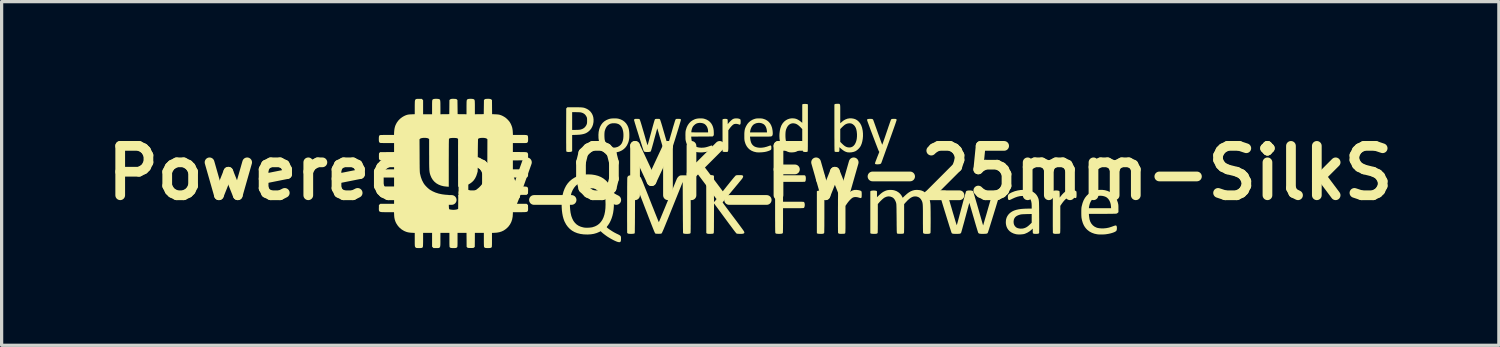
<source format=kicad_pcb>
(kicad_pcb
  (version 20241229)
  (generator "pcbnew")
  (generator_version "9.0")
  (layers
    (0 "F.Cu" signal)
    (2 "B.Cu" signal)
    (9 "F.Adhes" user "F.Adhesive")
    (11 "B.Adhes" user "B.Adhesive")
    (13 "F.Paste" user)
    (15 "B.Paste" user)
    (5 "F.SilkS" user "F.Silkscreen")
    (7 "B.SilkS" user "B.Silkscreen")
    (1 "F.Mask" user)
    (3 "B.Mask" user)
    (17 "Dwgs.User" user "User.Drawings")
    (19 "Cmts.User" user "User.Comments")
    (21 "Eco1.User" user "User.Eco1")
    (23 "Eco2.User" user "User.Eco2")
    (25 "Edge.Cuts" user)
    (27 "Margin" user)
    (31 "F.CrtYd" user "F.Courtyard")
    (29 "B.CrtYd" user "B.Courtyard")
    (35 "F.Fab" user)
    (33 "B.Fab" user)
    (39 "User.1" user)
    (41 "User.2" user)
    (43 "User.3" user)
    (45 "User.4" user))
  (footprint "Powered_by_QMK_Fw-25mm-SilkS"
    (layer "F.Cu")
    (at 20.11 2.288)
    (property "Reference" "Powered_by_QMK_Fw-25mm-SilkS" (at 0 0 0) (layer "F.SilkS") (effects (font (size 1.524 1.524) (thickness 0.3))))
    (attr board_only exclude_from_pos_files exclude_from_bom)
    (fp_poly (pts (xy 2.213 0.543) (xy 2.22 0.544) (xy 2.249 0.55) (xy 2.268 0.56) (xy 2.273 0.564) (xy 2.288 0.579) (xy 2.288 1.208) (xy 2.288 1.307) (xy 2.288 1.401) (xy 2.287 1.487) (xy 2.287 1.566) (xy 2.287 1.637) (xy 2.286 1.699) (xy 2.285 1.751) (xy 2.285 1.794) (xy 2.284 1.825) (xy 2.283 1.845) (xy 2.282 1.852) (xy 2.271 1.866) (xy 2.255 1.875) (xy 2.236 1.879) (xy 2.209 1.881) (xy 2.177 1.882) (xy 2.143 1.881) (xy 2.113 1.879) (xy 2.088 1.876) (xy 2.077 1.872) (xy 2.056 1.863) (xy 2.056 0.567) (xy 2.072 0.557) (xy 2.088 0.551) (xy 2.114 0.546) (xy 2.146 0.543) (xy 2.18 0.542)) (stroke (width 0) (type solid)) (fill yes) (layer "F.SilkS"))
    (fp_poly (pts (xy 2.202 0.029) (xy 2.226 0.031) (xy 2.242 0.034) (xy 2.255 0.038) (xy 2.262 0.042) (xy 2.284 0.059) (xy 2.298 0.082) (xy 2.307 0.113) (xy 2.31 0.153) (xy 2.31 0.164) (xy 2.307 0.21) (xy 2.298 0.244) (xy 2.283 0.269) (xy 2.259 0.286) (xy 2.226 0.296) (xy 2.182 0.3) (xy 2.178 0.301) (xy 2.15 0.301) (xy 2.124 0.3) (xy 2.106 0.298) (xy 2.103 0.297) (xy 2.074 0.286) (xy 2.053 0.27) (xy 2.039 0.246) (xy 2.03 0.213) (xy 2.027 0.17) (xy 2.027 0.164) (xy 2.029 0.121) (xy 2.037 0.088) (xy 2.05 0.064) (xy 2.07 0.045) (xy 2.075 0.042) (xy 2.088 0.036) (xy 2.102 0.032) (xy 2.121 0.03) (xy 2.149 0.029) (xy 2.169 0.029)) (stroke (width 0) (type solid)) (fill yes) (layer "F.SilkS"))
    (fp_poly (pts (xy -0.394 -1.682) (xy -0.356 -1.676) (xy -0.327 -1.666) (xy -0.31 -1.656) (xy -0.304 -1.648) (xy -0.3 -1.639) (xy -0.298 -1.624) (xy -0.297 -1.602) (xy -0.296 -1.58) (xy -0.297 -1.548) (xy -0.299 -1.527) (xy -0.302 -1.513) (xy -0.307 -1.503) (xy -0.308 -1.502) (xy -0.32 -1.487) (xy -0.362 -1.501) (xy -0.41 -1.513) (xy -0.455 -1.515) (xy -0.494 -1.508) (xy -0.51 -1.502) (xy -0.539 -1.482) (xy -0.572 -1.451) (xy -0.607 -1.412) (xy -0.64 -1.369) (xy -0.677 -1.316) (xy -0.677 -0.997) (xy -0.677 -0.921) (xy -0.677 -0.857) (xy -0.677 -0.804) (xy -0.677 -0.761) (xy -0.679 -0.726) (xy -0.681 -0.699) (xy -0.684 -0.68) (xy -0.689 -0.666) (xy -0.695 -0.656) (xy -0.703 -0.651) (xy -0.714 -0.648) (xy -0.726 -0.647) (xy -0.741 -0.647) (xy -0.755 -0.647) (xy -0.788 -0.647) (xy -0.815 -0.649) (xy -0.831 -0.653) (xy -0.854 -0.661) (xy -0.856 -1.154) (xy -0.857 -1.647) (xy -0.844 -1.658) (xy -0.829 -1.664) (xy -0.805 -1.668) (xy -0.777 -1.67) (xy -0.75 -1.669) (xy -0.726 -1.665) (xy -0.71 -1.659) (xy -0.704 -1.654) (xy -0.7 -1.647) (xy -0.698 -1.635) (xy -0.696 -1.617) (xy -0.696 -1.589) (xy -0.696 -1.577) (xy -0.695 -1.505) (xy -0.678 -1.527) (xy -0.667 -1.542) (xy -0.648 -1.562) (xy -0.627 -1.585) (xy -0.611 -1.6) (xy -0.575 -1.634) (xy -0.543 -1.658) (xy -0.511 -1.673) (xy -0.477 -1.681) (xy -0.439 -1.684) (xy -0.438 -1.684)) (stroke (width 0) (type solid)) (fill yes) (layer "F.SilkS"))
    (fp_poly (pts (xy -5.356 -2.027) (xy -5.298 -2.026) (xy -5.25 -2.025) (xy -5.21 -2.023) (xy -5.177 -2.019) (xy -5.148 -2.015) (xy -5.123 -2.009) (xy -5.1 -2.001) (xy -5.076 -1.991) (xy -5.051 -1.98) (xy -5.048 -1.979) (xy -4.988 -1.942) (xy -4.938 -1.898) (xy -4.897 -1.845) (xy -4.866 -1.786) (xy -4.846 -1.721) (xy -4.837 -1.649) (xy -4.839 -1.573) (xy -4.84 -1.567) (xy -4.854 -1.491) (xy -4.88 -1.423) (xy -4.915 -1.361) (xy -4.961 -1.308) (xy -4.969 -1.3) (xy -5.009 -1.266) (xy -5.051 -1.239) (xy -5.096 -1.217) (xy -5.147 -1.201) (xy -5.205 -1.189) (xy -5.272 -1.18) (xy -5.349 -1.176) (xy -5.37 -1.175) (xy -5.498 -1.171) (xy -5.498 -0.671) (xy -5.514 -0.66) (xy -5.53 -0.654) (xy -5.555 -0.649) (xy -5.585 -0.647) (xy -5.615 -0.646) (xy -5.641 -0.649) (xy -5.652 -0.651) (xy -5.668 -0.657) (xy -5.678 -0.664) (xy -5.679 -0.665) (xy -5.68 -0.672) (xy -5.68 -0.692) (xy -5.681 -0.723) (xy -5.682 -0.764) (xy -5.682 -0.814) (xy -5.682 -0.873) (xy -5.683 -0.94) (xy -5.683 -1.013) (xy -5.683 -1.092) (xy -5.683 -1.177) (xy -5.683 -1.265) (xy -5.683 -1.328) (xy -5.498 -1.328) (xy -5.393 -1.328) (xy -5.339 -1.329) (xy -5.293 -1.331) (xy -5.257 -1.335) (xy -5.244 -1.337) (xy -5.187 -1.355) (xy -5.138 -1.383) (xy -5.097 -1.42) (xy -5.065 -1.466) (xy -5.052 -1.493) (xy -5.046 -1.511) (xy -5.041 -1.528) (xy -5.039 -1.548) (xy -5.037 -1.573) (xy -5.037 -1.608) (xy -5.037 -1.614) (xy -5.037 -1.65) (xy -5.038 -1.675) (xy -5.04 -1.694) (xy -5.044 -1.71) (xy -5.049 -1.724) (xy -5.054 -1.734) (xy -5.083 -1.782) (xy -5.12 -1.82) (xy -5.166 -1.848) (xy -5.22 -1.866) (xy -5.23 -1.868) (xy -5.249 -1.871) (xy -5.278 -1.873) (xy -5.314 -1.874) (xy -5.354 -1.875) (xy -5.383 -1.876) (xy -5.498 -1.876) (xy -5.498 -1.328) (xy -5.683 -1.328) (xy -5.683 -1.332) (xy -5.681 -1.991) (xy -5.663 -2.009) (xy -5.646 -2.027) (xy -5.425 -2.027)) (stroke (width 0) (type solid)) (fill yes) (layer "F.SilkS"))
    (fp_poly (pts (xy -4.143 -1.683) (xy -4.094 -1.678) (xy -4.067 -1.673) (xy -3.997 -1.651) (xy -3.933 -1.619) (xy -3.878 -1.577) (xy -3.831 -1.527) (xy -3.794 -1.47) (xy -3.791 -1.463) (xy -3.771 -1.42) (xy -3.757 -1.38) (xy -3.747 -1.339) (xy -3.74 -1.294) (xy -3.735 -1.241) (xy -3.733 -1.199) (xy -3.733 -1.135) (xy -3.735 -1.08) (xy -3.742 -1.031) (xy -3.752 -0.984) (xy -3.767 -0.936) (xy -3.773 -0.922) (xy -3.805 -0.853) (xy -3.847 -0.792) (xy -3.899 -0.74) (xy -3.959 -0.697) (xy -4.026 -0.665) (xy -4.067 -0.651) (xy -4.097 -0.644) (xy -4.136 -0.639) (xy -4.18 -0.636) (xy -4.225 -0.634) (xy -4.268 -0.634) (xy -4.304 -0.636) (xy -4.319 -0.638) (xy -4.396 -0.657) (xy -4.464 -0.686) (xy -4.523 -0.724) (xy -4.573 -0.771) (xy -4.614 -0.828) (xy -4.646 -0.893) (xy -4.669 -0.968) (xy -4.682 -1.052) (xy -4.685 -1.078) (xy -4.686 -1.141) (xy -4.502 -1.141) (xy -4.5 -1.094) (xy -4.497 -1.052) (xy -4.492 -1.018) (xy -4.49 -1.01) (xy -4.469 -0.947) (xy -4.439 -0.893) (xy -4.402 -0.849) (xy -4.358 -0.816) (xy -4.306 -0.794) (xy -4.249 -0.782) (xy -4.185 -0.782) (xy -4.155 -0.786) (xy -4.099 -0.801) (xy -4.049 -0.827) (xy -4.005 -0.863) (xy -3.971 -0.906) (xy -3.949 -0.951) (xy -3.931 -1.006) (xy -3.92 -1.067) (xy -3.915 -1.132) (xy -3.915 -1.199) (xy -3.921 -1.264) (xy -3.934 -1.325) (xy -3.952 -1.38) (xy -3.957 -1.39) (xy -3.986 -1.439) (xy -4.022 -1.478) (xy -4.066 -1.507) (xy -4.118 -1.525) (xy -4.178 -1.534) (xy -4.246 -1.533) (xy -4.253 -1.533) (xy -4.309 -1.522) (xy -4.358 -1.499) (xy -4.401 -1.466) (xy -4.438 -1.422) (xy -4.467 -1.367) (xy -4.49 -1.302) (xy -4.49 -1.302) (xy -4.496 -1.272) (xy -4.5 -1.233) (xy -4.502 -1.188) (xy -4.502 -1.141) (xy -4.686 -1.141) (xy -4.687 -1.175) (xy -4.68 -1.265) (xy -4.663 -1.347) (xy -4.637 -1.421) (xy -4.602 -1.486) (xy -4.558 -1.544) (xy -4.505 -1.592) (xy -4.443 -1.631) (xy -4.373 -1.66) (xy -4.341 -1.67) (xy -4.299 -1.678) (xy -4.25 -1.682) (xy -4.196 -1.684)) (stroke (width 0) (type solid)) (fill yes) (layer "F.SilkS"))
    (fp_poly (pts (xy 9.961 0.529) (xy 9.97 0.531) (xy 10.01 0.54) (xy 10.038 0.55) (xy 10.056 0.561) (xy 10.067 0.573) (xy 10.07 0.586) (xy 10.072 0.608) (xy 10.073 0.636) (xy 10.073 0.667) (xy 10.073 0.699) (xy 10.071 0.726) (xy 10.069 0.747) (xy 10.066 0.757) (xy 10.059 0.769) (xy 10.05 0.775) (xy 10.035 0.776) (xy 10.014 0.771) (xy 9.988 0.763) (xy 9.934 0.749) (xy 9.883 0.744) (xy 9.837 0.748) (xy 9.8 0.76) (xy 9.774 0.777) (xy 9.743 0.802) (xy 9.709 0.835) (xy 9.675 0.873) (xy 9.642 0.915) (xy 9.618 0.948) (xy 9.571 1.017) (xy 9.571 1.436) (xy 9.571 1.519) (xy 9.571 1.591) (xy 9.571 1.652) (xy 9.571 1.703) (xy 9.57 1.744) (xy 9.57 1.778) (xy 9.569 1.804) (xy 9.568 1.824) (xy 9.567 1.839) (xy 9.566 1.849) (xy 9.564 1.856) (xy 9.562 1.861) (xy 9.56 1.864) (xy 9.557 1.866) (xy 9.55 1.872) (xy 9.539 1.876) (xy 9.523 1.878) (xy 9.498 1.879) (xy 9.466 1.88) (xy 9.425 1.881) (xy 9.396 1.879) (xy 9.376 1.876) (xy 9.367 1.873) (xy 9.352 1.864) (xy 9.343 1.854) (xy 9.343 1.853) (xy 9.342 1.845) (xy 9.341 1.824) (xy 9.341 1.793) (xy 9.34 1.753) (xy 9.34 1.703) (xy 9.339 1.647) (xy 9.339 1.583) (xy 9.339 1.515) (xy 9.339 1.442) (xy 9.339 1.366) (xy 9.339 1.288) (xy 9.339 1.209) (xy 9.339 1.13) (xy 9.339 1.052) (xy 9.34 0.976) (xy 9.34 0.904) (xy 9.34 0.835) (xy 9.341 0.772) (xy 9.342 0.716) (xy 9.342 0.667) (xy 9.343 0.626) (xy 9.344 0.595) (xy 9.345 0.575) (xy 9.345 0.567) (xy 9.345 0.567) (xy 9.359 0.555) (xy 9.383 0.547) (xy 9.418 0.542) (xy 9.445 0.541) (xy 9.486 0.544) (xy 9.517 0.55) (xy 9.538 0.559) (xy 9.545 0.567) (xy 9.547 0.578) (xy 9.549 0.599) (xy 9.551 0.627) (xy 9.552 0.66) (xy 9.552 0.671) (xy 9.552 0.762) (xy 9.575 0.731) (xy 9.625 0.67) (xy 9.674 0.619) (xy 9.721 0.579) (xy 9.767 0.551) (xy 9.789 0.541) (xy 9.842 0.528) (xy 9.9 0.524)) (stroke (width 0) (type solid)) (fill yes) (layer "F.SilkS"))
    (fp_poly (pts (xy 3.343 0.532) (xy 3.381 0.541) (xy 3.408 0.551) (xy 3.425 0.562) (xy 3.435 0.575) (xy 3.435 0.578) (xy 3.438 0.592) (xy 3.44 0.616) (xy 3.441 0.646) (xy 3.441 0.678) (xy 3.44 0.709) (xy 3.439 0.735) (xy 3.436 0.753) (xy 3.434 0.757) (xy 3.427 0.769) (xy 3.418 0.775) (xy 3.404 0.776) (xy 3.382 0.771) (xy 3.356 0.763) (xy 3.302 0.749) (xy 3.251 0.744) (xy 3.205 0.748) (xy 3.168 0.76) (xy 3.141 0.777) (xy 3.111 0.802) (xy 3.077 0.835) (xy 3.043 0.873) (xy 3.01 0.914) (xy 2.985 0.949) (xy 2.939 1.017) (xy 2.939 1.436) (xy 2.939 1.519) (xy 2.939 1.591) (xy 2.939 1.652) (xy 2.939 1.703) (xy 2.938 1.744) (xy 2.938 1.778) (xy 2.937 1.804) (xy 2.936 1.824) (xy 2.935 1.839) (xy 2.934 1.849) (xy 2.932 1.856) (xy 2.93 1.861) (xy 2.928 1.864) (xy 2.925 1.866) (xy 2.918 1.872) (xy 2.907 1.876) (xy 2.891 1.878) (xy 2.866 1.879) (xy 2.834 1.88) (xy 2.793 1.881) (xy 2.764 1.879) (xy 2.744 1.876) (xy 2.735 1.873) (xy 2.72 1.864) (xy 2.711 1.854) (xy 2.711 1.853) (xy 2.71 1.845) (xy 2.71 1.824) (xy 2.709 1.793) (xy 2.708 1.753) (xy 2.708 1.703) (xy 2.707 1.647) (xy 2.707 1.583) (xy 2.707 1.515) (xy 2.707 1.442) (xy 2.707 1.366) (xy 2.707 1.288) (xy 2.707 1.209) (xy 2.707 1.13) (xy 2.707 1.052) (xy 2.708 0.976) (xy 2.708 0.904) (xy 2.708 0.835) (xy 2.709 0.772) (xy 2.71 0.716) (xy 2.71 0.667) (xy 2.711 0.626) (xy 2.712 0.595) (xy 2.713 0.575) (xy 2.713 0.567) (xy 2.713 0.567) (xy 2.727 0.555) (xy 2.751 0.547) (xy 2.785 0.542) (xy 2.811 0.541) (xy 2.848 0.542) (xy 2.875 0.546) (xy 2.894 0.553) (xy 2.906 0.562) (xy 2.912 0.567) (xy 2.915 0.575) (xy 2.918 0.586) (xy 2.919 0.604) (xy 2.919 0.63) (xy 2.92 0.666) (xy 2.92 0.762) (xy 2.953 0.718) (xy 2.982 0.682) (xy 3.016 0.646) (xy 3.05 0.612) (xy 3.084 0.584) (xy 3.113 0.563) (xy 3.114 0.563) (xy 3.165 0.538) (xy 3.22 0.525) (xy 3.279 0.524)) (stroke (width 0) (type solid)) (fill yes) (layer "F.SilkS"))
    (fp_poly (pts (xy 1.715 -2.129) (xy 1.741 -2.127) (xy 1.76 -2.124) (xy 1.764 -2.122) (xy 1.779 -2.114) (xy 1.779 -1.389) (xy 1.779 -1.276) (xy 1.779 -1.175) (xy 1.779 -1.086) (xy 1.779 -1.007) (xy 1.778 -0.939) (xy 1.778 -0.88) (xy 1.778 -0.829) (xy 1.777 -0.787) (xy 1.777 -0.752) (xy 1.776 -0.724) (xy 1.775 -0.702) (xy 1.774 -0.685) (xy 1.773 -0.673) (xy 1.772 -0.665) (xy 1.771 -0.66) (xy 1.769 -0.657) (xy 1.769 -0.657) (xy 1.755 -0.651) (xy 1.732 -0.647) (xy 1.704 -0.646) (xy 1.677 -0.647) (xy 1.655 -0.651) (xy 1.648 -0.653) (xy 1.624 -0.663) (xy 1.624 -0.8) (xy 1.584 -0.764) (xy 1.531 -0.72) (xy 1.478 -0.685) (xy 1.426 -0.659) (xy 1.409 -0.652) (xy 1.365 -0.641) (xy 1.315 -0.635) (xy 1.262 -0.633) (xy 1.213 -0.637) (xy 1.194 -0.641) (xy 1.136 -0.661) (xy 1.082 -0.691) (xy 1.033 -0.732) (xy 0.991 -0.781) (xy 0.962 -0.831) (xy 0.935 -0.899) (xy 0.916 -0.974) (xy 0.904 -1.054) (xy 0.9 -1.138) (xy 0.901 -1.187) (xy 1.086 -1.187) (xy 1.086 -1.136) (xy 1.088 -1.087) (xy 1.092 -1.041) (xy 1.098 -1.004) (xy 1.101 -0.991) (xy 1.122 -0.929) (xy 1.148 -0.879) (xy 1.179 -0.839) (xy 1.217 -0.81) (xy 1.234 -0.801) (xy 1.251 -0.794) (xy 1.267 -0.789) (xy 1.286 -0.787) (xy 1.311 -0.787) (xy 1.328 -0.788) (xy 1.358 -0.789) (xy 1.38 -0.792) (xy 1.399 -0.797) (xy 1.418 -0.806) (xy 1.431 -0.812) (xy 1.46 -0.83) (xy 1.493 -0.857) (xy 1.531 -0.893) (xy 1.539 -0.9) (xy 1.605 -0.966) (xy 1.605 -1.353) (xy 1.558 -1.403) (xy 1.514 -1.446) (xy 1.473 -1.48) (xy 1.435 -1.504) (xy 1.396 -1.52) (xy 1.391 -1.522) (xy 1.338 -1.532) (xy 1.289 -1.53) (xy 1.243 -1.516) (xy 1.202 -1.491) (xy 1.165 -1.455) (xy 1.135 -1.408) (xy 1.11 -1.352) (xy 1.098 -1.311) (xy 1.092 -1.278) (xy 1.088 -1.235) (xy 1.086 -1.187) (xy 0.901 -1.187) (xy 0.903 -1.222) (xy 0.913 -1.304) (xy 0.93 -1.381) (xy 0.955 -1.451) (xy 0.966 -1.475) (xy 1.003 -1.535) (xy 1.049 -1.586) (xy 1.101 -1.627) (xy 1.16 -1.658) (xy 1.224 -1.678) (xy 1.291 -1.686) (xy 1.358 -1.682) (xy 1.414 -1.67) (xy 1.468 -1.646) (xy 1.524 -1.611) (xy 1.552 -1.589) (xy 1.605 -1.546) (xy 1.605 -2.114) (xy 1.619 -2.122) (xy 1.634 -2.126) (xy 1.658 -2.129) (xy 1.686 -2.13)) (stroke (width 0) (type solid)) (fill yes) (layer "F.SilkS"))
    (fp_poly (pts (xy -1.48 -1.682) (xy -1.437 -1.676) (xy -1.424 -1.673) (xy -1.357 -1.65) (xy -1.297 -1.617) (xy -1.245 -1.575) (xy -1.202 -1.524) (xy -1.174 -1.476) (xy -1.152 -1.422) (xy -1.137 -1.367) (xy -1.128 -1.308) (xy -1.125 -1.242) (xy -1.125 -1.239) (xy -1.125 -1.206) (xy -1.125 -1.183) (xy -1.127 -1.168) (xy -1.13 -1.158) (xy -1.135 -1.15) (xy -1.143 -1.143) (xy -1.16 -1.125) (xy -1.823 -1.121) (xy -1.82 -1.078) (xy -1.81 -1.006) (xy -1.793 -0.945) (xy -1.768 -0.894) (xy -1.735 -0.852) (xy -1.694 -0.82) (xy -1.644 -0.798) (xy -1.584 -0.784) (xy -1.516 -0.778) (xy -1.502 -0.778) (xy -1.455 -0.78) (xy -1.413 -0.784) (xy -1.371 -0.792) (xy -1.325 -0.804) (xy -1.273 -0.821) (xy -1.264 -0.824) (xy -1.235 -0.834) (xy -1.21 -0.842) (xy -1.191 -0.846) (xy -1.182 -0.847) (xy -1.172 -0.836) (xy -1.166 -0.813) (xy -1.164 -0.778) (xy -1.164 -0.773) (xy -1.167 -0.743) (xy -1.175 -0.721) (xy -1.191 -0.705) (xy -1.215 -0.692) (xy -1.271 -0.671) (xy -1.336 -0.654) (xy -1.407 -0.642) (xy -1.479 -0.634) (xy -1.549 -0.633) (xy -1.614 -0.637) (xy -1.641 -0.641) (xy -1.709 -0.657) (xy -1.768 -0.681) (xy -1.82 -0.712) (xy -1.868 -0.752) (xy -1.873 -0.757) (xy -1.912 -0.802) (xy -1.944 -0.853) (xy -1.968 -0.911) (xy -1.983 -0.959) (xy -1.989 -0.982) (xy -1.994 -1.003) (xy -1.997 -1.024) (xy -1.999 -1.047) (xy -2 -1.076) (xy -2 -1.114) (xy -2.001 -1.147) (xy -2.001 -1.193) (xy -2 -1.229) (xy -1.999 -1.256) (xy -1.999 -1.258) (xy -1.818 -1.258) (xy -1.818 -1.255) (xy -1.812 -1.254) (xy -1.794 -1.253) (xy -1.766 -1.252) (xy -1.729 -1.252) (xy -1.685 -1.251) (xy -1.635 -1.251) (xy -1.58 -1.25) (xy -1.56 -1.25) (xy -1.302 -1.25) (xy -1.302 -1.284) (xy -1.307 -1.34) (xy -1.321 -1.392) (xy -1.344 -1.439) (xy -1.373 -1.478) (xy -1.409 -1.509) (xy -1.424 -1.518) (xy -1.47 -1.535) (xy -1.522 -1.544) (xy -1.574 -1.545) (xy -1.624 -1.537) (xy -1.66 -1.525) (xy -1.694 -1.505) (xy -1.727 -1.478) (xy -1.757 -1.447) (xy -1.775 -1.422) (xy -1.789 -1.392) (xy -1.802 -1.356) (xy -1.812 -1.319) (xy -1.818 -1.285) (xy -1.818 -1.258) (xy -1.999 -1.258) (xy -1.997 -1.28) (xy -1.993 -1.3) (xy -1.989 -1.322) (xy -1.986 -1.331) (xy -1.961 -1.408) (xy -1.927 -1.477) (xy -1.884 -1.537) (xy -1.833 -1.588) (xy -1.774 -1.628) (xy -1.708 -1.659) (xy -1.671 -1.67) (xy -1.63 -1.678) (xy -1.581 -1.683) (xy -1.53 -1.684)) (stroke (width 0) (type solid)) (fill yes) (layer "F.SilkS"))
    (fp_poly (pts (xy 0.327 -1.683) (xy 0.369 -1.678) (xy 0.393 -1.673) (xy 0.462 -1.65) (xy 0.521 -1.617) (xy 0.572 -1.575) (xy 0.615 -1.523) (xy 0.648 -1.462) (xy 0.673 -1.392) (xy 0.688 -1.312) (xy 0.693 -1.263) (xy 0.695 -1.219) (xy 0.692 -1.185) (xy 0.685 -1.16) (xy 0.673 -1.142) (xy 0.662 -1.134) (xy 0.657 -1.131) (xy 0.651 -1.129) (xy 0.643 -1.127) (xy 0.631 -1.125) (xy 0.616 -1.124) (xy 0.595 -1.123) (xy 0.568 -1.122) (xy 0.533 -1.122) (xy 0.489 -1.122) (xy 0.436 -1.122) (xy 0.371 -1.121) (xy 0.317 -1.121) (xy -0.008 -1.121) (xy -0.004 -1.075) (xy 0.006 -1.006) (xy 0.022 -0.948) (xy 0.044 -0.9) (xy 0.073 -0.861) (xy 0.109 -0.83) (xy 0.123 -0.82) (xy 0.172 -0.798) (xy 0.229 -0.784) (xy 0.292 -0.777) (xy 0.36 -0.779) (xy 0.431 -0.789) (xy 0.502 -0.807) (xy 0.535 -0.818) (xy 0.561 -0.827) (xy 0.587 -0.837) (xy 0.599 -0.841) (xy 0.616 -0.847) (xy 0.627 -0.848) (xy 0.635 -0.844) (xy 0.639 -0.84) (xy 0.645 -0.832) (xy 0.649 -0.82) (xy 0.651 -0.8) (xy 0.651 -0.779) (xy 0.651 -0.752) (xy 0.649 -0.735) (xy 0.645 -0.724) (xy 0.638 -0.715) (xy 0.634 -0.712) (xy 0.616 -0.7) (xy 0.587 -0.687) (xy 0.549 -0.673) (xy 0.506 -0.66) (xy 0.467 -0.651) (xy 0.433 -0.645) (xy 0.391 -0.64) (xy 0.344 -0.636) (xy 0.296 -0.634) (xy 0.251 -0.634) (xy 0.212 -0.635) (xy 0.187 -0.638) (xy 0.111 -0.656) (xy 0.042 -0.684) (xy -0.017 -0.721) (xy -0.069 -0.769) (xy -0.111 -0.825) (xy -0.145 -0.891) (xy -0.169 -0.965) (xy -0.174 -0.986) (xy -0.178 -1.006) (xy -0.18 -1.027) (xy -0.182 -1.052) (xy -0.183 -1.084) (xy -0.183 -1.124) (xy -0.183 -1.154) (xy -0.183 -1.211) (xy -0.181 -1.25) (xy -0.008 -1.25) (xy 0.517 -1.25) (xy 0.514 -1.297) (xy 0.504 -1.357) (xy 0.487 -1.41) (xy 0.462 -1.456) (xy 0.43 -1.492) (xy 0.406 -1.509) (xy 0.357 -1.532) (xy 0.304 -1.544) (xy 0.249 -1.545) (xy 0.194 -1.537) (xy 0.143 -1.518) (xy 0.1 -1.492) (xy 0.071 -1.462) (xy 0.044 -1.423) (xy 0.022 -1.377) (xy 0.005 -1.326) (xy -0.003 -1.284) (xy -0.008 -1.25) (xy -0.181 -1.25) (xy -0.18 -1.258) (xy -0.176 -1.298) (xy -0.17 -1.333) (xy -0.161 -1.367) (xy -0.148 -1.401) (xy -0.131 -1.438) (xy -0.125 -1.45) (xy -0.087 -1.512) (xy -0.04 -1.566) (xy 0.016 -1.611) (xy 0.079 -1.647) (xy 0.149 -1.672) (xy 0.155 -1.673) (xy 0.19 -1.68) (xy 0.233 -1.683) (xy 0.281 -1.684)) (stroke (width 0) (type solid)) (fill yes) (layer "F.SilkS"))
    (fp_poly (pts (xy 2.74 -2.133) (xy 2.752 -2.13) (xy 2.76 -2.124) (xy 2.767 -2.114) (xy 2.772 -2.098) (xy 2.775 -2.076) (xy 2.777 -2.047) (xy 2.778 -2.009) (xy 2.778 -1.962) (xy 2.778 -1.904) (xy 2.778 -1.834) (xy 2.778 -1.82) (xy 2.778 -1.533) (xy 2.813 -1.564) (xy 2.874 -1.614) (xy 2.936 -1.65) (xy 3 -1.674) (xy 3.065 -1.685) (xy 3.133 -1.684) (xy 3.146 -1.682) (xy 3.201 -1.672) (xy 3.247 -1.656) (xy 3.289 -1.633) (xy 3.305 -1.622) (xy 3.353 -1.579) (xy 3.394 -1.528) (xy 3.426 -1.468) (xy 3.451 -1.398) (xy 3.468 -1.319) (xy 3.471 -1.305) (xy 3.479 -1.222) (xy 3.48 -1.137) (xy 3.473 -1.054) (xy 3.459 -0.975) (xy 3.439 -0.902) (xy 3.412 -0.838) (xy 3.405 -0.825) (xy 3.38 -0.787) (xy 3.348 -0.75) (xy 3.311 -0.715) (xy 3.274 -0.687) (xy 3.248 -0.671) (xy 3.193 -0.65) (xy 3.131 -0.637) (xy 3.067 -0.632) (xy 3.005 -0.636) (xy 2.991 -0.639) (xy 2.949 -0.652) (xy 2.903 -0.674) (xy 2.855 -0.706) (xy 2.811 -0.741) (xy 2.752 -0.793) (xy 2.752 -0.729) (xy 2.752 -0.696) (xy 2.749 -0.673) (xy 2.742 -0.659) (xy 2.729 -0.651) (xy 2.708 -0.648) (xy 2.677 -0.648) (xy 2.675 -0.648) (xy 2.64 -0.649) (xy 2.618 -0.652) (xy 2.608 -0.657) (xy 2.606 -0.659) (xy 2.605 -0.663) (xy 2.604 -0.669) (xy 2.602 -0.679) (xy 2.601 -0.692) (xy 2.601 -0.71) (xy 2.6 -0.733) (xy 2.599 -0.763) (xy 2.599 -0.799) (xy 2.598 -0.842) (xy 2.598 -0.894) (xy 2.598 -0.954) (xy 2.598 -0.959) (xy 2.778 -0.959) (xy 2.825 -0.911) (xy 2.872 -0.866) (xy 2.915 -0.831) (xy 2.956 -0.807) (xy 2.997 -0.793) (xy 3.038 -0.787) (xy 3.049 -0.786) (xy 3.075 -0.787) (xy 3.1 -0.79) (xy 3.114 -0.793) (xy 3.156 -0.811) (xy 3.194 -0.841) (xy 3.226 -0.88) (xy 3.252 -0.929) (xy 3.273 -0.985) (xy 3.287 -1.049) (xy 3.294 -1.119) (xy 3.295 -1.195) (xy 3.293 -1.218) (xy 3.286 -1.285) (xy 3.274 -1.342) (xy 3.258 -1.39) (xy 3.236 -1.43) (xy 3.209 -1.466) (xy 3.206 -1.469) (xy 3.167 -1.502) (xy 3.124 -1.524) (xy 3.076 -1.533) (xy 3.025 -1.529) (xy 3.004 -1.525) (xy 2.973 -1.515) (xy 2.944 -1.502) (xy 2.916 -1.485) (xy 2.886 -1.46) (xy 2.851 -1.428) (xy 2.841 -1.418) (xy 2.778 -1.355) (xy 2.778 -0.959) (xy 2.598 -0.959) (xy 2.598 -1.024) (xy 2.597 -1.104) (xy 2.597 -1.196) (xy 2.597 -1.298) (xy 2.597 -1.389) (xy 2.597 -2.113) (xy 2.612 -2.123) (xy 2.623 -2.128) (xy 2.642 -2.132) (xy 2.67 -2.133) (xy 2.689 -2.133) (xy 2.709 -2.134) (xy 2.726 -2.134)) (stroke (width 0) (type solid)) (fill yes) (layer "F.SilkS"))
    (fp_poly (pts (xy 4.478 -1.668) (xy 4.498 -1.664) (xy 4.501 -1.663) (xy 4.513 -1.655) (xy 4.518 -1.642) (xy 4.518 -1.635) (xy 4.516 -1.627) (xy 4.51 -1.606) (xy 4.499 -1.576) (xy 4.486 -1.535) (xy 4.469 -1.486) (xy 4.449 -1.429) (xy 4.426 -1.364) (xy 4.401 -1.293) (xy 4.374 -1.217) (xy 4.345 -1.136) (xy 4.314 -1.05) (xy 4.289 -0.98) (xy 4.257 -0.892) (xy 4.227 -0.808) (xy 4.197 -0.728) (xy 4.17 -0.652) (xy 4.145 -0.582) (xy 4.122 -0.518) (xy 4.101 -0.462) (xy 4.084 -0.413) (xy 4.07 -0.374) (xy 4.059 -0.344) (xy 4.052 -0.325) (xy 4.049 -0.317) (xy 4.04 -0.297) (xy 4.026 -0.283) (xy 4.005 -0.274) (xy 3.976 -0.268) (xy 3.941 -0.266) (xy 3.904 -0.266) (xy 3.879 -0.268) (xy 3.867 -0.272) (xy 3.855 -0.282) (xy 3.849 -0.291) (xy 3.851 -0.3) (xy 3.857 -0.319) (xy 3.866 -0.346) (xy 3.879 -0.381) (xy 3.895 -0.421) (xy 3.912 -0.466) (xy 3.916 -0.477) (xy 3.985 -0.651) (xy 3.972 -0.666) (xy 3.968 -0.673) (xy 3.96 -0.692) (xy 3.948 -0.72) (xy 3.933 -0.758) (xy 3.916 -0.802) (xy 3.896 -0.854) (xy 3.874 -0.91) (xy 3.851 -0.971) (xy 3.827 -1.034) (xy 3.802 -1.1) (xy 3.777 -1.166) (xy 3.752 -1.232) (xy 3.727 -1.297) (xy 3.704 -1.359) (xy 3.683 -1.417) (xy 3.663 -1.47) (xy 3.646 -1.517) (xy 3.631 -1.557) (xy 3.62 -1.589) (xy 3.612 -1.611) (xy 3.609 -1.622) (xy 3.607 -1.64) (xy 3.61 -1.652) (xy 3.62 -1.66) (xy 3.639 -1.665) (xy 3.669 -1.668) (xy 3.686 -1.668) (xy 3.725 -1.669) (xy 3.753 -1.666) (xy 3.773 -1.661) (xy 3.787 -1.651) (xy 3.796 -1.637) (xy 3.798 -1.632) (xy 3.802 -1.621) (xy 3.809 -1.6) (xy 3.821 -1.569) (xy 3.835 -1.529) (xy 3.852 -1.482) (xy 3.871 -1.428) (xy 3.892 -1.369) (xy 3.915 -1.305) (xy 3.938 -1.239) (xy 3.962 -1.173) (xy 3.984 -1.111) (xy 4.005 -1.054) (xy 4.023 -1.003) (xy 4.04 -0.958) (xy 4.053 -0.922) (xy 4.064 -0.894) (xy 4.07 -0.877) (xy 4.074 -0.87) (xy 4.074 -0.87) (xy 4.076 -0.876) (xy 4.083 -0.893) (xy 4.093 -0.92) (xy 4.106 -0.956) (xy 4.121 -1) (xy 4.139 -1.051) (xy 4.159 -1.108) (xy 4.18 -1.17) (xy 4.199 -1.226) (xy 4.227 -1.308) (xy 4.251 -1.379) (xy 4.271 -1.439) (xy 4.289 -1.489) (xy 4.303 -1.531) (xy 4.315 -1.565) (xy 4.325 -1.592) (xy 4.332 -1.613) (xy 4.338 -1.628) (xy 4.343 -1.64) (xy 4.347 -1.647) (xy 4.35 -1.652) (xy 4.353 -1.655) (xy 4.356 -1.657) (xy 4.359 -1.66) (xy 4.372 -1.664) (xy 4.395 -1.668) (xy 4.422 -1.669) (xy 4.451 -1.669)) (stroke (width 0) (type solid)) (fill yes) (layer "F.SilkS"))
    (fp_poly (pts (xy 1.511 0.072) (xy 1.563 0.072) (xy 1.607 0.072) (xy 1.641 0.073) (xy 1.666 0.073) (xy 1.679 0.074) (xy 1.68 0.074) (xy 1.696 0.083) (xy 1.707 0.103) (xy 1.714 0.134) (xy 1.716 0.174) (xy 1.713 0.217) (xy 1.706 0.248) (xy 1.695 0.267) (xy 1.685 0.273) (xy 1.677 0.274) (xy 1.657 0.275) (xy 1.627 0.275) (xy 1.587 0.276) (xy 1.54 0.276) (xy 1.486 0.277) (xy 1.426 0.277) (xy 1.363 0.277) (xy 1.343 0.277) (xy 1.012 0.277) (xy 1.012 0.889) (xy 1.331 0.889) (xy 1.403 0.889) (xy 1.463 0.889) (xy 1.513 0.89) (xy 1.553 0.89) (xy 1.585 0.89) (xy 1.609 0.891) (xy 1.628 0.892) (xy 1.64 0.893) (xy 1.649 0.895) (xy 1.655 0.897) (xy 1.659 0.9) (xy 1.662 0.903) (xy 1.673 0.922) (xy 1.68 0.95) (xy 1.683 0.981) (xy 1.681 1.014) (xy 1.675 1.043) (xy 1.666 1.067) (xy 1.655 1.079) (xy 1.65 1.082) (xy 1.642 1.084) (xy 1.631 1.085) (xy 1.614 1.086) (xy 1.592 1.087) (xy 1.562 1.088) (xy 1.523 1.089) (xy 1.476 1.089) (xy 1.418 1.089) (xy 1.348 1.089) (xy 1.326 1.089) (xy 1.012 1.089) (xy 1.012 1.467) (xy 1.012 1.554) (xy 1.011 1.632) (xy 1.011 1.698) (xy 1.01 1.754) (xy 1.009 1.798) (xy 1.008 1.83) (xy 1.007 1.849) (xy 1.005 1.856) (xy 0.995 1.866) (xy 0.978 1.874) (xy 0.975 1.875) (xy 0.956 1.878) (xy 0.928 1.88) (xy 0.896 1.881) (xy 0.862 1.881) (xy 0.832 1.879) (xy 0.809 1.877) (xy 0.802 1.875) (xy 0.786 1.867) (xy 0.775 1.858) (xy 0.774 1.854) (xy 0.773 1.845) (xy 0.772 1.83) (xy 0.771 1.809) (xy 0.77 1.781) (xy 0.769 1.746) (xy 0.769 1.703) (xy 0.768 1.651) (xy 0.768 1.59) (xy 0.768 1.52) (xy 0.767 1.44) (xy 0.767 1.349) (xy 0.767 1.247) (xy 0.767 1.133) (xy 0.767 1.007) (xy 0.767 0.996) (xy 0.767 0.874) (xy 0.767 0.764) (xy 0.767 0.665) (xy 0.767 0.577) (xy 0.767 0.5) (xy 0.768 0.432) (xy 0.768 0.373) (xy 0.768 0.323) (xy 0.769 0.28) (xy 0.769 0.243) (xy 0.77 0.214) (xy 0.77 0.189) (xy 0.771 0.17) (xy 0.772 0.155) (xy 0.773 0.144) (xy 0.774 0.135) (xy 0.776 0.129) (xy 0.777 0.125) (xy 0.778 0.123) (xy 0.791 0.104) (xy 0.807 0.088) (xy 0.808 0.087) (xy 0.812 0.085) (xy 0.816 0.083) (xy 0.822 0.081) (xy 0.831 0.079) (xy 0.843 0.078) (xy 0.86 0.076) (xy 0.882 0.076) (xy 0.91 0.075) (xy 0.946 0.074) (xy 0.99 0.074) (xy 1.043 0.073) (xy 1.107 0.073) (xy 1.182 0.073) (xy 1.246 0.072) (xy 1.319 0.072) (xy 1.388 0.072) (xy 1.452 0.072)) (stroke (width 0) (type solid)) (fill yes) (layer "F.SilkS"))
    (fp_poly (pts (xy 10.946 0.533) (xy 11.023 0.554) (xy 11.096 0.585) (xy 11.162 0.626) (xy 11.174 0.635) (xy 11.227 0.684) (xy 11.273 0.744) (xy 11.311 0.814) (xy 11.34 0.893) (xy 11.348 0.918) (xy 11.354 0.944) (xy 11.359 0.966) (xy 11.362 0.989) (xy 11.364 1.014) (xy 11.365 1.046) (xy 11.365 1.087) (xy 11.365 1.097) (xy 11.366 1.211) (xy 11.346 1.231) (xy 11.327 1.246) (xy 11.305 1.256) (xy 11.301 1.257) (xy 11.29 1.258) (xy 11.268 1.259) (xy 11.235 1.26) (xy 11.192 1.261) (xy 11.142 1.262) (xy 11.084 1.262) (xy 11.02 1.263) (xy 10.952 1.263) (xy 10.88 1.263) (xy 10.865 1.263) (xy 10.454 1.263) (xy 10.454 1.278) (xy 10.455 1.3) (xy 10.458 1.331) (xy 10.463 1.366) (xy 10.468 1.401) (xy 10.473 1.431) (xy 10.477 1.447) (xy 10.499 1.511) (xy 10.532 1.568) (xy 10.573 1.616) (xy 10.624 1.656) (xy 10.682 1.685) (xy 10.721 1.698) (xy 10.744 1.702) (xy 10.775 1.707) (xy 10.81 1.71) (xy 10.834 1.712) (xy 10.914 1.712) (xy 10.993 1.704) (xy 11.073 1.688) (xy 11.158 1.661) (xy 11.201 1.645) (xy 11.238 1.632) (xy 11.265 1.624) (xy 11.284 1.622) (xy 11.297 1.626) (xy 11.306 1.636) (xy 11.311 1.647) (xy 11.316 1.669) (xy 11.318 1.698) (xy 11.317 1.729) (xy 11.313 1.758) (xy 11.306 1.779) (xy 11.306 1.779) (xy 11.291 1.797) (xy 11.264 1.815) (xy 11.226 1.833) (xy 11.179 1.85) (xy 11.124 1.866) (xy 11.061 1.88) (xy 10.994 1.891) (xy 10.954 1.896) (xy 10.906 1.899) (xy 10.855 1.9) (xy 10.804 1.9) (xy 10.757 1.899) (xy 10.718 1.895) (xy 10.709 1.894) (xy 10.623 1.876) (xy 10.543 1.847) (xy 10.472 1.809) (xy 10.408 1.76) (xy 10.373 1.725) (xy 10.331 1.673) (xy 10.296 1.615) (xy 10.267 1.549) (xy 10.244 1.474) (xy 10.234 1.431) (xy 10.229 1.405) (xy 10.225 1.382) (xy 10.223 1.357) (xy 10.221 1.328) (xy 10.22 1.294) (xy 10.219 1.25) (xy 10.219 1.225) (xy 10.219 1.176) (xy 10.22 1.137) (xy 10.221 1.106) (xy 10.223 1.089) (xy 10.453 1.089) (xy 11.139 1.089) (xy 11.135 1.028) (xy 11.126 0.962) (xy 11.108 0.901) (xy 11.082 0.846) (xy 11.05 0.8) (xy 11.011 0.763) (xy 10.978 0.742) (xy 10.925 0.721) (xy 10.865 0.708) (xy 10.803 0.704) (xy 10.75 0.708) (xy 10.689 0.724) (xy 10.634 0.75) (xy 10.584 0.787) (xy 10.542 0.834) (xy 10.507 0.889) (xy 10.48 0.952) (xy 10.462 1.023) (xy 10.457 1.055) (xy 10.453 1.089) (xy 10.223 1.089) (xy 10.223 1.08) (xy 10.226 1.057) (xy 10.231 1.033) (xy 10.234 1.02) (xy 10.259 0.926) (xy 10.292 0.842) (xy 10.333 0.769) (xy 10.383 0.705) (xy 10.441 0.65) (xy 10.507 0.604) (xy 10.541 0.586) (xy 10.619 0.554) (xy 10.7 0.533) (xy 10.783 0.523) (xy 10.865 0.523)) (stroke (width 0) (type solid)) (fill yes) (layer "F.SilkS"))
    (fp_poly (pts (xy 8.539 0.529) (xy 8.627 0.545) (xy 8.69 0.567) (xy 8.748 0.598) (xy 8.798 0.637) (xy 8.839 0.683) (xy 8.87 0.734) (xy 8.871 0.736) (xy 8.879 0.753) (xy 8.886 0.769) (xy 8.892 0.784) (xy 8.897 0.799) (xy 8.902 0.816) (xy 8.905 0.834) (xy 8.908 0.856) (xy 8.911 0.882) (xy 8.913 0.913) (xy 8.914 0.95) (xy 8.915 0.993) (xy 8.916 1.045) (xy 8.917 1.106) (xy 8.917 1.177) (xy 8.918 1.259) (xy 8.918 1.352) (xy 8.918 1.357) (xy 8.919 1.435) (xy 8.919 1.509) (xy 8.919 1.579) (xy 8.919 1.644) (xy 8.919 1.701) (xy 8.919 1.751) (xy 8.918 1.793) (xy 8.918 1.824) (xy 8.918 1.845) (xy 8.917 1.854) (xy 8.917 1.854) (xy 8.909 1.866) (xy 8.892 1.875) (xy 8.864 1.88) (xy 8.824 1.882) (xy 8.815 1.882) (xy 8.778 1.881) (xy 8.751 1.876) (xy 8.733 1.868) (xy 8.725 1.86) (xy 8.723 1.851) (xy 8.722 1.832) (xy 8.721 1.806) (xy 8.72 1.786) (xy 8.72 1.718) (xy 8.69 1.747) (xy 8.624 1.802) (xy 8.554 1.845) (xy 8.479 1.878) (xy 8.466 1.882) (xy 8.432 1.89) (xy 8.39 1.895) (xy 8.343 1.899) (xy 8.295 1.9) (xy 8.25 1.898) (xy 8.212 1.893) (xy 8.205 1.892) (xy 8.131 1.871) (xy 8.067 1.841) (xy 8.012 1.803) (xy 7.967 1.757) (xy 7.931 1.703) (xy 7.906 1.642) (xy 7.892 1.575) (xy 7.889 1.521) (xy 7.891 1.495) (xy 8.129 1.495) (xy 8.131 1.55) (xy 8.144 1.598) (xy 8.167 1.64) (xy 8.201 1.675) (xy 8.22 1.688) (xy 8.255 1.704) (xy 8.299 1.715) (xy 8.347 1.72) (xy 8.396 1.719) (xy 8.439 1.711) (xy 8.48 1.698) (xy 8.519 1.68) (xy 8.558 1.655) (xy 8.598 1.623) (xy 8.641 1.583) (xy 8.688 1.537) (xy 8.688 1.268) (xy 8.532 1.271) (xy 8.479 1.273) (xy 8.438 1.274) (xy 8.405 1.276) (xy 8.379 1.278) (xy 8.357 1.281) (xy 8.339 1.285) (xy 8.326 1.288) (xy 8.266 1.308) (xy 8.218 1.333) (xy 8.181 1.363) (xy 8.154 1.4) (xy 8.137 1.443) (xy 8.129 1.494) (xy 8.129 1.495) (xy 7.891 1.495) (xy 7.894 1.451) (xy 7.911 1.386) (xy 7.939 1.328) (xy 7.978 1.275) (xy 7.988 1.264) (xy 8.032 1.225) (xy 8.083 1.191) (xy 8.141 1.163) (xy 8.207 1.141) (xy 8.282 1.124) (xy 8.367 1.112) (xy 8.462 1.105) (xy 8.569 1.102) (xy 8.574 1.102) (xy 8.688 1.102) (xy 8.688 1.02) (xy 8.685 0.949) (xy 8.676 0.89) (xy 8.66 0.84) (xy 8.637 0.799) (xy 8.605 0.767) (xy 8.566 0.743) (xy 8.517 0.726) (xy 8.461 0.715) (xy 8.393 0.711) (xy 8.323 0.717) (xy 8.249 0.734) (xy 8.172 0.761) (xy 8.089 0.799) (xy 8.089 0.799) (xy 8.051 0.818) (xy 8.023 0.83) (xy 8.002 0.836) (xy 7.987 0.837) (xy 7.976 0.833) (xy 7.975 0.833) (xy 7.963 0.818) (xy 7.955 0.792) (xy 7.952 0.755) (xy 7.952 0.747) (xy 7.953 0.716) (xy 7.958 0.691) (xy 7.968 0.67) (xy 7.985 0.652) (xy 8.01 0.634) (xy 8.044 0.615) (xy 8.076 0.6) (xy 8.162 0.566) (xy 8.254 0.542) (xy 8.349 0.527) (xy 8.445 0.523)) (stroke (width 0) (type solid)) (fill yes) (layer "F.SilkS"))
    (fp_poly (pts (xy -1.202 0.068) (xy -1.172 0.07) (xy -1.149 0.075) (xy -1.139 0.079) (xy -1.121 0.091) (xy -1.121 0.497) (xy -1.121 0.579) (xy -1.121 0.653) (xy -1.121 0.719) (xy -1.12 0.776) (xy -1.119 0.823) (xy -1.118 0.859) (xy -1.117 0.884) (xy -1.116 0.897) (xy -1.115 0.899) (xy -1.111 0.894) (xy -1.098 0.879) (xy -1.079 0.856) (xy -1.054 0.824) (xy -1.023 0.786) (xy -0.988 0.742) (xy -0.947 0.692) (xy -0.904 0.637) (xy -0.857 0.578) (xy -0.807 0.516) (xy -0.787 0.491) (xy -0.725 0.412) (xy -0.67 0.344) (xy -0.622 0.284) (xy -0.581 0.234) (xy -0.546 0.191) (xy -0.517 0.156) (xy -0.493 0.128) (xy -0.474 0.107) (xy -0.46 0.091) (xy -0.45 0.082) (xy -0.444 0.077) (xy -0.443 0.077) (xy -0.425 0.072) (xy -0.395 0.069) (xy -0.353 0.068) (xy -0.338 0.068) (xy -0.302 0.068) (xy -0.276 0.069) (xy -0.259 0.071) (xy -0.246 0.074) (xy -0.236 0.079) (xy -0.236 0.08) (xy -0.224 0.089) (xy -0.22 0.1) (xy -0.221 0.116) (xy -0.227 0.137) (xy -0.24 0.162) (xy -0.249 0.176) (xy -0.257 0.187) (xy -0.273 0.206) (xy -0.296 0.234) (xy -0.325 0.269) (xy -0.359 0.31) (xy -0.397 0.357) (xy -0.44 0.408) (xy -0.485 0.463) (xy -0.533 0.52) (xy -0.564 0.557) (xy -0.612 0.615) (xy -0.658 0.67) (xy -0.7 0.721) (xy -0.739 0.768) (xy -0.773 0.81) (xy -0.802 0.845) (xy -0.825 0.874) (xy -0.842 0.895) (xy -0.851 0.908) (xy -0.853 0.911) (xy -0.849 0.917) (xy -0.838 0.933) (xy -0.821 0.957) (xy -0.797 0.99) (xy -0.768 1.029) (xy -0.734 1.075) (xy -0.695 1.127) (xy -0.653 1.183) (xy -0.608 1.244) (xy -0.56 1.307) (xy -0.535 1.341) (xy -0.485 1.407) (xy -0.437 1.47) (xy -0.392 1.531) (xy -0.35 1.587) (xy -0.312 1.639) (xy -0.278 1.685) (xy -0.249 1.725) (xy -0.226 1.757) (xy -0.209 1.781) (xy -0.199 1.796) (xy -0.197 1.799) (xy -0.187 1.82) (xy -0.182 1.834) (xy -0.183 1.845) (xy -0.185 1.852) (xy -0.194 1.864) (xy -0.21 1.872) (xy -0.233 1.878) (xy -0.266 1.881) (xy -0.31 1.881) (xy -0.329 1.881) (xy -0.364 1.88) (xy -0.389 1.878) (xy -0.406 1.876) (xy -0.418 1.872) (xy -0.428 1.867) (xy -0.43 1.865) (xy -0.436 1.858) (xy -0.45 1.841) (xy -0.47 1.816) (xy -0.496 1.782) (xy -0.527 1.741) (xy -0.562 1.693) (xy -0.602 1.64) (xy -0.646 1.582) (xy -0.692 1.519) (xy -0.741 1.453) (xy -0.783 1.396) (xy -1.118 0.941) (xy -1.12 1.397) (xy -1.12 1.485) (xy -1.121 1.561) (xy -1.121 1.625) (xy -1.121 1.68) (xy -1.122 1.725) (xy -1.122 1.762) (xy -1.123 1.791) (xy -1.124 1.814) (xy -1.125 1.832) (xy -1.126 1.844) (xy -1.127 1.853) (xy -1.129 1.859) (xy -1.131 1.862) (xy -1.134 1.865) (xy -1.135 1.866) (xy -1.143 1.872) (xy -1.153 1.875) (xy -1.169 1.878) (xy -1.193 1.879) (xy -1.227 1.881) (xy -1.23 1.881) (xy -1.266 1.881) (xy -1.292 1.881) (xy -1.31 1.879) (xy -1.323 1.876) (xy -1.334 1.871) (xy -1.357 1.859) (xy -1.358 0.975) (xy -1.36 0.091) (xy -1.342 0.079) (xy -1.327 0.073) (xy -1.301 0.069) (xy -1.27 0.067) (xy -1.236 0.067)) (stroke (width 0) (type solid)) (fill yes) (layer "F.SilkS"))
    (fp_poly (pts (xy -4.89 0.05) (xy -4.79 0.066) (xy -4.696 0.091) (xy -4.611 0.126) (xy -4.533 0.172) (xy -4.464 0.227) (xy -4.434 0.256) (xy -4.397 0.297) (xy -4.367 0.336) (xy -4.34 0.379) (xy -4.313 0.429) (xy -4.279 0.509) (xy -4.251 0.599) (xy -4.23 0.697) (xy -4.216 0.8) (xy -4.21 0.908) (xy -4.21 1.018) (xy -4.218 1.128) (xy -4.234 1.237) (xy -4.235 1.24) (xy -4.254 1.321) (xy -4.279 1.4) (xy -4.31 1.476) (xy -4.345 1.546) (xy -4.384 1.606) (xy -4.399 1.626) (xy -4.417 1.648) (xy -4.426 1.663) (xy -4.43 1.672) (xy -4.428 1.679) (xy -4.427 1.68) (xy -4.411 1.696) (xy -4.385 1.716) (xy -4.353 1.74) (xy -4.314 1.766) (xy -4.273 1.793) (xy -4.231 1.819) (xy -4.189 1.843) (xy -4.15 1.863) (xy -4.125 1.876) (xy -4.082 1.896) (xy -4.049 1.913) (xy -4.025 1.927) (xy -4.008 1.941) (xy -3.998 1.957) (xy -3.992 1.975) (xy -3.99 1.998) (xy -3.99 2.027) (xy -3.99 2.033) (xy -3.991 2.068) (xy -3.994 2.094) (xy -4 2.112) (xy -4.001 2.114) (xy -4.009 2.128) (xy -4.02 2.135) (xy -4.036 2.138) (xy -4.041 2.138) (xy -4.066 2.136) (xy -4.099 2.128) (xy -4.125 2.119) (xy -4.174 2.098) (xy -4.23 2.071) (xy -4.289 2.039) (xy -4.348 2.005) (xy -4.404 1.97) (xy -4.406 1.969) (xy -4.44 1.945) (xy -4.476 1.919) (xy -4.512 1.892) (xy -4.546 1.865) (xy -4.574 1.841) (xy -4.596 1.821) (xy -4.604 1.813) (xy -4.616 1.799) (xy -4.66 1.821) (xy -4.74 1.855) (xy -4.826 1.88) (xy -4.917 1.895) (xy -5.017 1.901) (xy -5.034 1.901) (xy -5.144 1.897) (xy -5.246 1.883) (xy -5.339 1.859) (xy -5.423 1.826) (xy -5.5 1.783) (xy -5.568 1.73) (xy -5.629 1.667) (xy -5.682 1.595) (xy -5.727 1.512) (xy -5.74 1.484) (xy -5.765 1.414) (xy -5.787 1.333) (xy -5.803 1.246) (xy -5.815 1.152) (xy -5.821 1.056) (xy -5.823 0.959) (xy -5.822 0.951) (xy -5.567 0.951) (xy -5.566 1.044) (xy -5.559 1.135) (xy -5.548 1.222) (xy -5.545 1.237) (xy -5.524 1.329) (xy -5.494 1.409) (xy -5.458 1.48) (xy -5.413 1.54) (xy -5.36 1.591) (xy -5.299 1.631) (xy -5.231 1.661) (xy -5.154 1.682) (xy -5.112 1.689) (xy -5.071 1.692) (xy -5.024 1.692) (xy -4.974 1.69) (xy -4.926 1.685) (xy -4.884 1.679) (xy -4.868 1.675) (xy -4.792 1.65) (xy -4.724 1.615) (xy -4.664 1.57) (xy -4.612 1.514) (xy -4.567 1.449) (xy -4.531 1.374) (xy -4.503 1.289) (xy -4.483 1.194) (xy -4.471 1.089) (xy -4.467 0.973) (xy -4.467 0.969) (xy -4.47 0.855) (xy -4.48 0.753) (xy -4.497 0.66) (xy -4.521 0.578) (xy -4.553 0.505) (xy -4.592 0.442) (xy -4.638 0.388) (xy -4.692 0.343) (xy -4.755 0.306) (xy -4.76 0.303) (xy -4.803 0.284) (xy -4.846 0.271) (xy -4.891 0.262) (xy -4.942 0.256) (xy -5.001 0.255) (xy -5.011 0.255) (xy -5.07 0.256) (xy -5.12 0.26) (xy -5.164 0.268) (xy -5.205 0.28) (xy -5.246 0.298) (xy -5.265 0.306) (xy -5.329 0.346) (xy -5.387 0.396) (xy -5.437 0.456) (xy -5.48 0.525) (xy -5.514 0.603) (xy -5.521 0.623) (xy -5.539 0.694) (xy -5.554 0.774) (xy -5.563 0.86) (xy -5.567 0.951) (xy -5.822 0.951) (xy -5.819 0.863) (xy -5.809 0.771) (xy -5.794 0.685) (xy -5.794 0.683) (xy -5.766 0.577) (xy -5.729 0.481) (xy -5.685 0.395) (xy -5.632 0.319) (xy -5.571 0.252) (xy -5.501 0.194) (xy -5.423 0.144) (xy -5.407 0.136) (xy -5.325 0.099) (xy -5.239 0.072) (xy -5.147 0.055) (xy -5.048 0.046) (xy -4.998 0.045)) (stroke (width 0) (type solid)) (fill yes) (layer "F.SilkS"))
    (fp_poly (pts (xy 5.169 0.525) (xy 5.238 0.532) (xy 5.297 0.548) (xy 5.35 0.572) (xy 5.398 0.605) (xy 5.431 0.634) (xy 5.471 0.682) (xy 5.504 0.735) (xy 5.529 0.796) (xy 5.548 0.867) (xy 5.56 0.947) (xy 5.561 0.957) (xy 5.563 0.977) (xy 5.564 1.007) (xy 5.565 1.046) (xy 5.566 1.093) (xy 5.567 1.147) (xy 5.568 1.206) (xy 5.568 1.268) (xy 5.568 1.334) (xy 5.569 1.4) (xy 5.569 1.467) (xy 5.569 1.533) (xy 5.568 1.595) (xy 5.568 1.655) (xy 5.567 1.708) (xy 5.567 1.756) (xy 5.566 1.796) (xy 5.565 1.827) (xy 5.564 1.847) (xy 5.562 1.856) (xy 5.562 1.856) (xy 5.552 1.867) (xy 5.533 1.875) (xy 5.504 1.88) (xy 5.464 1.882) (xy 5.448 1.882) (xy 5.406 1.881) (xy 5.376 1.877) (xy 5.355 1.871) (xy 5.342 1.861) (xy 5.335 1.846) (xy 5.334 1.843) (xy 5.334 1.833) (xy 5.333 1.812) (xy 5.332 1.779) (xy 5.332 1.737) (xy 5.331 1.687) (xy 5.331 1.63) (xy 5.33 1.567) (xy 5.33 1.499) (xy 5.33 1.427) (xy 5.33 1.407) (xy 5.33 1.318) (xy 5.33 1.24) (xy 5.33 1.173) (xy 5.329 1.116) (xy 5.328 1.068) (xy 5.327 1.027) (xy 5.325 0.993) (xy 5.323 0.965) (xy 5.32 0.942) (xy 5.316 0.922) (xy 5.312 0.904) (xy 5.307 0.888) (xy 5.301 0.873) (xy 5.294 0.857) (xy 5.292 0.853) (xy 5.264 0.807) (xy 5.229 0.771) (xy 5.187 0.745) (xy 5.136 0.729) (xy 5.129 0.728) (xy 5.085 0.725) (xy 5.041 0.73) (xy 4.997 0.745) (xy 4.952 0.769) (xy 4.905 0.804) (xy 4.854 0.85) (xy 4.8 0.908) (xy 4.798 0.909) (xy 4.75 0.964) (xy 4.75 1.409) (xy 4.75 1.495) (xy 4.75 1.57) (xy 4.75 1.633) (xy 4.75 1.687) (xy 4.749 1.731) (xy 4.749 1.767) (xy 4.748 1.795) (xy 4.748 1.817) (xy 4.747 1.834) (xy 4.745 1.846) (xy 4.744 1.854) (xy 4.742 1.859) (xy 4.74 1.863) (xy 4.737 1.866) (xy 4.736 1.866) (xy 4.73 1.871) (xy 4.72 1.875) (xy 4.707 1.877) (xy 4.686 1.878) (xy 4.656 1.879) (xy 4.634 1.879) (xy 4.597 1.879) (xy 4.571 1.878) (xy 4.554 1.876) (xy 4.542 1.873) (xy 4.535 1.869) (xy 4.533 1.867) (xy 4.53 1.864) (xy 4.529 1.86) (xy 4.527 1.853) (xy 4.525 1.843) (xy 4.524 1.828) (xy 4.523 1.808) (xy 4.522 1.782) (xy 4.521 1.75) (xy 4.521 1.709) (xy 4.52 1.659) (xy 4.519 1.599) (xy 4.519 1.529) (xy 4.518 1.447) (xy 4.518 1.41) (xy 4.517 1.322) (xy 4.516 1.246) (xy 4.515 1.182) (xy 4.515 1.127) (xy 4.514 1.081) (xy 4.513 1.043) (xy 4.512 1.013) (xy 4.511 0.988) (xy 4.51 0.969) (xy 4.508 0.954) (xy 4.506 0.942) (xy 4.504 0.932) (xy 4.503 0.925) (xy 4.482 0.868) (xy 4.457 0.822) (xy 4.428 0.785) (xy 4.393 0.758) (xy 4.374 0.748) (xy 4.322 0.73) (xy 4.27 0.724) (xy 4.217 0.732) (xy 4.164 0.752) (xy 4.145 0.762) (xy 4.117 0.781) (xy 4.084 0.808) (xy 4.049 0.841) (xy 4.013 0.876) (xy 3.98 0.912) (xy 3.976 0.917) (xy 3.938 0.961) (xy 3.938 1.402) (xy 3.938 1.493) (xy 3.938 1.575) (xy 3.937 1.647) (xy 3.937 1.71) (xy 3.936 1.762) (xy 3.935 1.803) (xy 3.934 1.833) (xy 3.933 1.851) (xy 3.932 1.856) (xy 3.921 1.866) (xy 3.905 1.875) (xy 3.905 1.875) (xy 3.886 1.879) (xy 3.859 1.881) (xy 3.827 1.882) (xy 3.793 1.881) (xy 3.763 1.879) (xy 3.738 1.876) (xy 3.727 1.872) (xy 3.706 1.863) (xy 3.706 0.567) (xy 3.723 0.556) (xy 3.74 0.55) (xy 3.766 0.546) (xy 3.797 0.544) (xy 3.83 0.544) (xy 3.86 0.547) (xy 3.884 0.551) (xy 3.895 0.556) (xy 3.912 0.567) (xy 3.912 0.75) (xy 3.972 0.692) (xy 4.022 0.646) (xy 4.069 0.609) (xy 4.114 0.58) (xy 4.161 0.557) (xy 4.206 0.54) (xy 4.243 0.531) (xy 4.288 0.526) (xy 4.338 0.525) (xy 4.386 0.527) (xy 4.431 0.534) (xy 4.447 0.538) (xy 4.512 0.561) (xy 4.57 0.595) (xy 4.621 0.638) (xy 4.663 0.69) (xy 4.681 0.721) (xy 4.706 0.768) (xy 4.769 0.707) (xy 4.833 0.649) (xy 4.894 0.603) (xy 4.953 0.568) (xy 5.012 0.544) (xy 5.071 0.529) (xy 5.132 0.524)) (stroke (width 0) (type solid)) (fill yes) (layer "F.SilkS"))
    (fp_poly (pts (xy -2.835 -1.669) (xy -2.815 -1.668) (xy -2.803 -1.665) (xy -2.794 -1.66) (xy -2.789 -1.655) (xy -2.785 -1.648) (xy -2.779 -1.635) (xy -2.772 -1.615) (xy -2.763 -1.587) (xy -2.751 -1.551) (xy -2.737 -1.505) (xy -2.72 -1.449) (xy -2.701 -1.383) (xy -2.679 -1.306) (xy -2.662 -1.249) (xy -2.642 -1.18) (xy -2.624 -1.116) (xy -2.606 -1.056) (xy -2.59 -1.002) (xy -2.576 -0.955) (xy -2.565 -0.916) (xy -2.556 -0.886) (xy -2.549 -0.866) (xy -2.546 -0.858) (xy -2.546 -0.857) (xy -2.543 -0.863) (xy -2.538 -0.881) (xy -2.529 -0.908) (xy -2.518 -0.945) (xy -2.505 -0.99) (xy -2.489 -1.043) (xy -2.472 -1.101) (xy -2.454 -1.165) (xy -2.434 -1.232) (xy -2.429 -1.249) (xy -2.405 -1.334) (xy -2.384 -1.408) (xy -2.365 -1.47) (xy -2.349 -1.522) (xy -2.336 -1.565) (xy -2.326 -1.598) (xy -2.317 -1.623) (xy -2.31 -1.641) (xy -2.305 -1.651) (xy -2.303 -1.655) (xy -2.295 -1.662) (xy -2.285 -1.666) (xy -2.271 -1.668) (xy -2.249 -1.669) (xy -2.227 -1.669) (xy -2.191 -1.668) (xy -2.166 -1.666) (xy -2.15 -1.66) (xy -2.142 -1.652) (xy -2.14 -1.639) (xy -2.14 -1.638) (xy -2.142 -1.63) (xy -2.147 -1.609) (xy -2.156 -1.579) (xy -2.168 -1.539) (xy -2.182 -1.491) (xy -2.199 -1.435) (xy -2.217 -1.373) (xy -2.238 -1.306) (xy -2.26 -1.234) (xy -2.283 -1.159) (xy -2.288 -1.145) (xy -2.318 -1.046) (xy -2.346 -0.959) (xy -2.37 -0.884) (xy -2.39 -0.82) (xy -2.407 -0.767) (xy -2.421 -0.725) (xy -2.432 -0.694) (xy -2.44 -0.673) (xy -2.446 -0.662) (xy -2.447 -0.661) (xy -2.46 -0.655) (xy -2.48 -0.649) (xy -2.494 -0.647) (xy -2.519 -0.645) (xy -2.549 -0.645) (xy -2.58 -0.647) (xy -2.61 -0.649) (xy -2.634 -0.653) (xy -2.648 -0.657) (xy -2.648 -0.657) (xy -2.651 -0.659) (xy -2.654 -0.661) (xy -2.657 -0.664) (xy -2.66 -0.67) (xy -2.664 -0.678) (xy -2.669 -0.691) (xy -2.674 -0.709) (xy -2.682 -0.732) (xy -2.691 -0.763) (xy -2.702 -0.801) (xy -2.716 -0.848) (xy -2.733 -0.905) (xy -2.752 -0.972) (xy -2.775 -1.05) (xy -2.775 -1.05) (xy -2.793 -1.113) (xy -2.81 -1.171) (xy -2.825 -1.224) (xy -2.839 -1.272) (xy -2.851 -1.312) (xy -2.86 -1.343) (xy -2.867 -1.365) (xy -2.87 -1.376) (xy -2.871 -1.377) (xy -2.873 -1.372) (xy -2.877 -1.355) (xy -2.885 -1.327) (xy -2.895 -1.291) (xy -2.907 -1.246) (xy -2.921 -1.195) (xy -2.937 -1.138) (xy -2.954 -1.075) (xy -2.967 -1.027) (xy -2.984 -0.961) (xy -3.001 -0.9) (xy -3.017 -0.843) (xy -3.031 -0.792) (xy -3.044 -0.748) (xy -3.055 -0.712) (xy -3.063 -0.685) (xy -3.068 -0.67) (xy -3.07 -0.665) (xy -3.082 -0.658) (xy -3.1 -0.652) (xy -3.104 -0.651) (xy -3.127 -0.647) (xy -3.157 -0.646) (xy -3.191 -0.646) (xy -3.223 -0.647) (xy -3.249 -0.65) (xy -3.254 -0.651) (xy -3.272 -0.657) (xy -3.285 -0.666) (xy -3.285 -0.666) (xy -3.288 -0.673) (xy -3.295 -0.691) (xy -3.304 -0.719) (xy -3.316 -0.757) (xy -3.331 -0.801) (xy -3.347 -0.853) (xy -3.365 -0.91) (xy -3.384 -0.971) (xy -3.405 -1.035) (xy -3.426 -1.101) (xy -3.446 -1.168) (xy -3.467 -1.235) (xy -3.487 -1.3) (xy -3.507 -1.362) (xy -3.525 -1.421) (xy -3.541 -1.475) (xy -3.556 -1.522) (xy -3.568 -1.563) (xy -3.577 -1.595) (xy -3.584 -1.617) (xy -3.586 -1.626) (xy -3.586 -1.643) (xy -3.577 -1.656) (xy -3.57 -1.662) (xy -3.56 -1.666) (xy -3.545 -1.668) (xy -3.521 -1.669) (xy -3.497 -1.669) (xy -3.465 -1.669) (xy -3.443 -1.667) (xy -3.429 -1.664) (xy -3.419 -1.66) (xy -3.417 -1.658) (xy -3.413 -1.652) (xy -3.408 -1.64) (xy -3.4 -1.62) (xy -3.391 -1.592) (xy -3.379 -1.556) (xy -3.365 -1.51) (xy -3.348 -1.454) (xy -3.329 -1.388) (xy -3.306 -1.31) (xy -3.29 -1.257) (xy -3.27 -1.188) (xy -3.251 -1.123) (xy -3.234 -1.062) (xy -3.218 -1.007) (xy -3.204 -0.959) (xy -3.192 -0.919) (xy -3.183 -0.887) (xy -3.176 -0.865) (xy -3.173 -0.855) (xy -3.173 -0.854) (xy -3.171 -0.858) (xy -3.165 -0.873) (xy -3.157 -0.899) (xy -3.146 -0.936) (xy -3.133 -0.982) (xy -3.118 -1.036) (xy -3.101 -1.098) (xy -3.082 -1.168) (xy -3.061 -1.243) (xy -3.061 -1.244) (xy -3.039 -1.327) (xy -3.02 -1.398) (xy -3.003 -1.459) (xy -2.989 -1.509) (xy -2.977 -1.551) (xy -2.967 -1.584) (xy -2.959 -1.61) (xy -2.953 -1.63) (xy -2.948 -1.643) (xy -2.943 -1.652) (xy -2.94 -1.657) (xy -2.939 -1.658) (xy -2.929 -1.663) (xy -2.916 -1.667) (xy -2.895 -1.669) (xy -2.864 -1.669) (xy -2.864 -1.669)) (stroke (width 0) (type solid)) (fill yes) (layer "F.SilkS"))
    (fp_poly (pts (xy -3.438 0.094) (xy -3.409 0.112) (xy -3.386 0.133) (xy -3.381 0.139) (xy -3.375 0.15) (xy -3.364 0.173) (xy -3.349 0.208) (xy -3.329 0.254) (xy -3.305 0.313) (xy -3.277 0.384) (xy -3.244 0.466) (xy -3.206 0.56) (xy -3.164 0.665) (xy -3.118 0.782) (xy -3.094 0.843) (xy -3.059 0.932) (xy -3.025 1.018) (xy -2.992 1.099) (xy -2.962 1.176) (xy -2.934 1.247) (xy -2.908 1.311) (xy -2.885 1.368) (xy -2.865 1.418) (xy -2.849 1.458) (xy -2.836 1.489) (xy -2.827 1.51) (xy -2.823 1.52) (xy -2.822 1.521) (xy -2.82 1.515) (xy -2.812 1.498) (xy -2.8 1.471) (xy -2.785 1.434) (xy -2.765 1.388) (xy -2.743 1.334) (xy -2.717 1.272) (xy -2.689 1.204) (xy -2.658 1.13) (xy -2.625 1.051) (xy -2.591 0.968) (xy -2.555 0.881) (xy -2.546 0.859) (xy -2.509 0.77) (xy -2.474 0.685) (xy -2.441 0.604) (xy -2.409 0.527) (xy -2.379 0.455) (xy -2.352 0.39) (xy -2.328 0.332) (xy -2.307 0.281) (xy -2.29 0.24) (xy -2.276 0.207) (xy -2.267 0.185) (xy -2.262 0.173) (xy -2.261 0.173) (xy -2.238 0.137) (xy -2.209 0.107) (xy -2.182 0.088) (xy -2.172 0.083) (xy -2.162 0.08) (xy -2.149 0.077) (xy -2.132 0.076) (xy -2.108 0.075) (xy -2.076 0.074) (xy -2.033 0.074) (xy -2.029 0.074) (xy -1.983 0.074) (xy -1.947 0.075) (xy -1.92 0.077) (xy -1.901 0.08) (xy -1.886 0.086) (xy -1.874 0.094) (xy -1.864 0.105) (xy -1.853 0.118) (xy -1.851 0.121) (xy -1.85 0.124) (xy -1.848 0.128) (xy -1.847 0.134) (xy -1.846 0.143) (xy -1.845 0.154) (xy -1.844 0.169) (xy -1.843 0.189) (xy -1.842 0.214) (xy -1.841 0.244) (xy -1.841 0.281) (xy -1.841 0.325) (xy -1.84 0.376) (xy -1.84 0.436) (xy -1.84 0.505) (xy -1.839 0.583) (xy -1.839 0.672) (xy -1.839 0.772) (xy -1.839 0.883) (xy -1.838 0.99) (xy -1.838 1.132) (xy -1.838 1.26) (xy -1.838 1.376) (xy -1.838 1.48) (xy -1.838 1.57) (xy -1.839 1.648) (xy -1.839 1.714) (xy -1.84 1.767) (xy -1.841 1.808) (xy -1.842 1.836) (xy -1.843 1.852) (xy -1.843 1.856) (xy -1.855 1.868) (xy -1.878 1.876) (xy -1.912 1.88) (xy -1.958 1.882) (xy -1.959 1.882) (xy -2.003 1.88) (xy -2.038 1.876) (xy -2.062 1.869) (xy -2.073 1.861) (xy -2.074 1.853) (xy -2.075 1.834) (xy -2.076 1.803) (xy -2.076 1.762) (xy -2.077 1.711) (xy -2.078 1.651) (xy -2.078 1.583) (xy -2.079 1.508) (xy -2.08 1.426) (xy -2.08 1.338) (xy -2.081 1.245) (xy -2.081 1.149) (xy -2.082 1.066) (xy -2.085 0.279) (xy -2.402 1.066) (xy -2.449 1.183) (xy -2.491 1.288) (xy -2.529 1.382) (xy -2.563 1.466) (xy -2.594 1.54) (xy -2.62 1.605) (xy -2.643 1.661) (xy -2.663 1.709) (xy -2.68 1.75) (xy -2.695 1.783) (xy -2.707 1.81) (xy -2.716 1.831) (xy -2.724 1.846) (xy -2.73 1.857) (xy -2.734 1.864) (xy -2.736 1.866) (xy -2.745 1.871) (xy -2.755 1.875) (xy -2.77 1.877) (xy -2.792 1.878) (xy -2.824 1.879) (xy -2.835 1.879) (xy -2.872 1.878) (xy -2.898 1.877) (xy -2.916 1.875) (xy -2.928 1.871) (xy -2.933 1.868) (xy -2.936 1.865) (xy -2.94 1.857) (xy -2.946 1.846) (xy -2.954 1.829) (xy -2.964 1.807) (xy -2.976 1.778) (xy -2.99 1.743) (xy -3.007 1.701) (xy -3.027 1.65) (xy -3.05 1.592) (xy -3.076 1.524) (xy -3.106 1.448) (xy -3.14 1.361) (xy -3.177 1.263) (xy -3.219 1.155) (xy -3.252 1.07) (xy -3.554 0.283) (xy -3.558 1.068) (xy -3.558 1.168) (xy -3.559 1.264) (xy -3.559 1.355) (xy -3.56 1.442) (xy -3.56 1.523) (xy -3.561 1.597) (xy -3.562 1.663) (xy -3.563 1.722) (xy -3.563 1.771) (xy -3.564 1.81) (xy -3.565 1.839) (xy -3.565 1.856) (xy -3.566 1.861) (xy -3.579 1.87) (xy -3.604 1.877) (xy -3.641 1.88) (xy -3.687 1.882) (xy -3.726 1.88) (xy -3.757 1.877) (xy -3.775 1.872) (xy -3.791 1.861) (xy -3.799 1.849) (xy -3.8 1.84) (xy -3.8 1.82) (xy -3.8 1.788) (xy -3.801 1.746) (xy -3.801 1.694) (xy -3.801 1.633) (xy -3.801 1.564) (xy -3.802 1.487) (xy -3.802 1.403) (xy -3.802 1.314) (xy -3.802 1.219) (xy -3.801 1.12) (xy -3.801 1.017) (xy -3.801 0.985) (xy -3.801 0.863) (xy -3.801 0.754) (xy -3.8 0.656) (xy -3.8 0.569) (xy -3.8 0.492) (xy -3.8 0.425) (xy -3.799 0.366) (xy -3.799 0.316) (xy -3.798 0.274) (xy -3.798 0.238) (xy -3.797 0.209) (xy -3.797 0.185) (xy -3.796 0.166) (xy -3.795 0.152) (xy -3.794 0.141) (xy -3.792 0.133) (xy -3.791 0.128) (xy -3.789 0.124) (xy -3.788 0.121) (xy -3.786 0.118) (xy -3.775 0.104) (xy -3.765 0.093) (xy -3.753 0.086) (xy -3.739 0.08) (xy -3.719 0.077) (xy -3.692 0.075) (xy -3.657 0.074) (xy -3.61 0.074) (xy -3.476 0.074)) (stroke (width 0) (type solid)) (fill yes) (layer "F.SilkS"))
    (fp_poly (pts (xy 6.815 0.543) (xy 6.848 0.549) (xy 6.87 0.559) (xy 6.879 0.569) (xy 6.883 0.577) (xy 6.889 0.597) (xy 6.898 0.627) (xy 6.91 0.667) (xy 6.925 0.715) (xy 6.941 0.772) (xy 6.96 0.834) (xy 6.98 0.903) (xy 7.002 0.977) (xy 7.024 1.054) (xy 7.038 1.102) (xy 7.061 1.181) (xy 7.082 1.256) (xy 7.103 1.327) (xy 7.122 1.393) (xy 7.139 1.452) (xy 7.154 1.503) (xy 7.166 1.547) (xy 7.176 1.581) (xy 7.184 1.606) (xy 7.188 1.62) (xy 7.188 1.622) (xy 7.19 1.616) (xy 7.196 1.599) (xy 7.204 1.571) (xy 7.215 1.533) (xy 7.228 1.487) (xy 7.244 1.432) (xy 7.262 1.371) (xy 7.282 1.304) (xy 7.303 1.231) (xy 7.325 1.154) (xy 7.341 1.097) (xy 7.368 1.004) (xy 7.392 0.922) (xy 7.412 0.852) (xy 7.43 0.791) (xy 7.445 0.739) (xy 7.458 0.696) (xy 7.469 0.66) (xy 7.478 0.632) (xy 7.486 0.609) (xy 7.492 0.592) (xy 7.497 0.579) (xy 7.501 0.57) (xy 7.505 0.564) (xy 7.509 0.56) (xy 7.511 0.558) (xy 7.52 0.552) (xy 7.53 0.549) (xy 7.544 0.546) (xy 7.565 0.545) (xy 7.596 0.545) (xy 7.611 0.545) (xy 7.646 0.545) (xy 7.671 0.546) (xy 7.687 0.547) (xy 7.698 0.551) (xy 7.706 0.555) (xy 7.708 0.557) (xy 7.718 0.572) (xy 7.721 0.586) (xy 7.719 0.594) (xy 7.714 0.613) (xy 7.705 0.642) (xy 7.694 0.681) (xy 7.68 0.728) (xy 7.663 0.782) (xy 7.645 0.843) (xy 7.625 0.908) (xy 7.604 0.978) (xy 7.582 1.051) (xy 7.559 1.126) (xy 7.535 1.203) (xy 7.512 1.279) (xy 7.488 1.355) (xy 7.466 1.428) (xy 7.444 1.499) (xy 7.423 1.566) (xy 7.404 1.628) (xy 7.386 1.683) (xy 7.371 1.732) (xy 7.358 1.773) (xy 7.348 1.805) (xy 7.34 1.827) (xy 7.337 1.837) (xy 7.33 1.852) (xy 7.322 1.862) (xy 7.31 1.87) (xy 7.293 1.875) (xy 7.269 1.878) (xy 7.236 1.88) (xy 7.199 1.881) (xy 7.151 1.881) (xy 7.113 1.88) (xy 7.085 1.876) (xy 7.064 1.871) (xy 7.049 1.862) (xy 7.039 1.851) (xy 7.038 1.85) (xy 7.034 1.841) (xy 7.028 1.821) (xy 7.018 1.79) (xy 7.006 1.751) (xy 6.991 1.702) (xy 6.974 1.647) (xy 6.956 1.585) (xy 6.936 1.518) (xy 6.916 1.447) (xy 6.896 1.378) (xy 6.874 1.304) (xy 6.854 1.234) (xy 6.835 1.169) (xy 6.818 1.109) (xy 6.802 1.056) (xy 6.789 1.011) (xy 6.778 0.974) (xy 6.77 0.946) (xy 6.764 0.93) (xy 6.762 0.924) (xy 6.761 0.931) (xy 6.756 0.949) (xy 6.748 0.977) (xy 6.737 1.015) (xy 6.725 1.061) (xy 6.71 1.115) (xy 6.694 1.176) (xy 6.676 1.242) (xy 6.657 1.313) (xy 6.638 1.383) (xy 6.618 1.458) (xy 6.599 1.529) (xy 6.58 1.596) (xy 6.563 1.657) (xy 6.548 1.712) (xy 6.535 1.759) (xy 6.524 1.798) (xy 6.515 1.828) (xy 6.509 1.847) (xy 6.506 1.854) (xy 6.494 1.865) (xy 6.476 1.874) (xy 6.473 1.875) (xy 6.456 1.878) (xy 6.43 1.88) (xy 6.397 1.881) (xy 6.361 1.881) (xy 6.325 1.881) (xy 6.292 1.88) (xy 6.266 1.878) (xy 6.249 1.875) (xy 6.248 1.875) (xy 6.23 1.867) (xy 6.218 1.858) (xy 6.215 1.85) (xy 6.208 1.831) (xy 6.198 1.802) (xy 6.186 1.763) (xy 6.171 1.716) (xy 6.153 1.662) (xy 6.134 1.601) (xy 6.114 1.536) (xy 6.092 1.466) (xy 6.069 1.392) (xy 6.046 1.317) (xy 6.022 1.24) (xy 5.998 1.163) (xy 5.975 1.086) (xy 5.952 1.012) (xy 5.93 0.94) (xy 5.91 0.872) (xy 5.89 0.809) (xy 5.873 0.752) (xy 5.858 0.702) (xy 5.846 0.659) (xy 5.836 0.625) (xy 5.83 0.601) (xy 5.827 0.588) (xy 5.826 0.587) (xy 5.831 0.569) (xy 5.84 0.557) (xy 5.847 0.552) (xy 5.857 0.548) (xy 5.872 0.546) (xy 5.894 0.545) (xy 5.926 0.545) (xy 5.935 0.545) (xy 5.976 0.545) (xy 6.007 0.546) (xy 6.028 0.549) (xy 6.043 0.554) (xy 6.053 0.562) (xy 6.06 0.573) (xy 6.064 0.582) (xy 6.068 0.592) (xy 6.075 0.614) (xy 6.084 0.646) (xy 6.097 0.688) (xy 6.112 0.738) (xy 6.129 0.795) (xy 6.148 0.859) (xy 6.168 0.929) (xy 6.19 1.003) (xy 6.213 1.08) (xy 6.223 1.116) (xy 6.252 1.216) (xy 6.279 1.305) (xy 6.302 1.384) (xy 6.322 1.451) (xy 6.339 1.507) (xy 6.353 1.551) (xy 6.364 1.583) (xy 6.371 1.604) (xy 6.375 1.613) (xy 6.376 1.613) (xy 6.378 1.605) (xy 6.384 1.586) (xy 6.392 1.556) (xy 6.403 1.516) (xy 6.416 1.468) (xy 6.431 1.412) (xy 6.448 1.35) (xy 6.466 1.281) (xy 6.486 1.208) (xy 6.506 1.131) (xy 6.517 1.092) (xy 6.538 1.014) (xy 6.558 0.938) (xy 6.577 0.867) (xy 6.595 0.801) (xy 6.612 0.742) (xy 6.626 0.689) (xy 6.639 0.645) (xy 6.649 0.61) (xy 6.656 0.585) (xy 6.66 0.572) (xy 6.662 0.569) (xy 6.676 0.556) (xy 6.702 0.547) (xy 6.738 0.542) (xy 6.771 0.541)) (stroke (width 0) (type solid)) (fill yes) (layer "F.SilkS"))
    (fp_poly (pts (xy -8.599 -2.287) (xy -8.569 -2.284) (xy -8.546 -2.279) (xy -8.54 -2.277) (xy -8.53 -2.271) (xy -8.522 -2.266) (xy -8.515 -2.258) (xy -8.51 -2.247) (xy -8.507 -2.232) (xy -8.504 -2.211) (xy -8.503 -2.183) (xy -8.502 -2.147) (xy -8.501 -2.101) (xy -8.501 -2.043) (xy -8.501 -2.022) (xy -8.501 -1.811) (xy -8.364 -1.813) (xy -8.227 -1.814) (xy -8.224 -2.032) (xy -8.221 -2.249) (xy -8.203 -2.267) (xy -8.194 -2.275) (xy -8.184 -2.28) (xy -8.17 -2.284) (xy -8.149 -2.286) (xy -8.124 -2.287) (xy -8.079 -2.288) (xy -8.045 -2.286) (xy -8.02 -2.281) (xy -8.001 -2.273) (xy -7.989 -2.264) (xy -7.973 -2.248) (xy -7.969 -1.814) (xy -7.873 -1.81) (xy -7.82 -1.807) (xy -7.777 -1.803) (xy -7.74 -1.796) (xy -7.706 -1.785) (xy -7.671 -1.772) (xy -7.652 -1.763) (xy -7.6 -1.735) (xy -7.553 -1.704) (xy -7.508 -1.665) (xy -7.479 -1.635) (xy -7.45 -1.603) (xy -7.427 -1.573) (xy -7.407 -1.54) (xy -7.393 -1.514) (xy -7.37 -1.462) (xy -7.352 -1.412) (xy -7.341 -1.361) (xy -7.333 -1.304) (xy -7.33 -1.259) (xy -7.326 -1.173) (xy -7.114 -1.173) (xy -7.053 -1.173) (xy -7.003 -1.173) (xy -6.964 -1.172) (xy -6.933 -1.171) (xy -6.91 -1.168) (xy -6.894 -1.165) (xy -6.883 -1.161) (xy -6.875 -1.155) (xy -6.87 -1.147) (xy -6.866 -1.137) (xy -6.864 -1.133) (xy -6.861 -1.117) (xy -6.859 -1.091) (xy -6.858 -1.061) (xy -6.858 -1.03) (xy -6.859 -1) (xy -6.861 -0.977) (xy -6.864 -0.965) (xy -6.873 -0.948) (xy -6.884 -0.935) (xy -6.888 -0.931) (xy -6.894 -0.929) (xy -6.901 -0.926) (xy -6.912 -0.925) (xy -6.928 -0.923) (xy -6.951 -0.922) (xy -6.981 -0.922) (xy -7.02 -0.922) (xy -7.07 -0.922) (xy -7.113 -0.922) (xy -7.328 -0.922) (xy -7.328 -0.645) (xy -7.121 -0.645) (xy -7.06 -0.644) (xy -7.011 -0.644) (xy -6.971 -0.643) (xy -6.941 -0.642) (xy -6.917 -0.639) (xy -6.901 -0.636) (xy -6.888 -0.631) (xy -6.88 -0.625) (xy -6.873 -0.617) (xy -6.868 -0.607) (xy -6.867 -0.605) (xy -6.862 -0.593) (xy -6.859 -0.578) (xy -6.858 -0.556) (xy -6.858 -0.525) (xy -6.859 -0.505) (xy -6.86 -0.472) (xy -6.861 -0.449) (xy -6.863 -0.433) (xy -6.867 -0.423) (xy -6.872 -0.415) (xy -6.879 -0.408) (xy -6.896 -0.39) (xy -7.328 -0.386) (xy -7.328 -0.11) (xy -6.903 -0.11) (xy -6.882 -0.091) (xy -6.873 -0.082) (xy -6.866 -0.074) (xy -6.863 -0.063) (xy -6.86 -0.048) (xy -6.859 -0.024) (xy -6.859 -0.003) (xy -6.858 0.039) (xy -6.859 0.071) (xy -6.863 0.094) (xy -6.869 0.111) (xy -6.878 0.124) (xy -6.88 0.126) (xy -6.896 0.142) (xy -7.328 0.142) (xy -7.328 0.419) (xy -7.125 0.419) (xy -7.063 0.419) (xy -7.013 0.419) (xy -6.973 0.42) (xy -6.942 0.422) (xy -6.918 0.425) (xy -6.901 0.428) (xy -6.888 0.433) (xy -6.879 0.44) (xy -6.873 0.448) (xy -6.867 0.458) (xy -6.863 0.469) (xy -6.86 0.484) (xy -6.858 0.505) (xy -6.858 0.535) (xy -6.859 0.559) (xy -6.861 0.639) (xy -6.882 0.658) (xy -6.903 0.677) (xy -7.328 0.677) (xy -7.328 0.954) (xy -6.903 0.954) (xy -6.882 0.973) (xy -6.861 0.991) (xy -6.859 1.072) (xy -6.858 1.108) (xy -6.859 1.134) (xy -6.861 1.153) (xy -6.864 1.166) (xy -6.867 1.173) (xy -6.873 1.183) (xy -6.88 1.191) (xy -6.889 1.198) (xy -6.902 1.203) (xy -6.919 1.206) (xy -6.943 1.209) (xy -6.975 1.21) (xy -7.016 1.211) (xy -7.067 1.212) (xy -7.125 1.212) (xy -7.328 1.212) (xy -7.328 1.255) (xy -7.334 1.348) (xy -7.35 1.435) (xy -7.377 1.515) (xy -7.415 1.588) (xy -7.463 1.654) (xy -7.486 1.679) (xy -7.545 1.732) (xy -7.607 1.775) (xy -7.673 1.807) (xy -7.746 1.83) (xy -7.826 1.844) (xy -7.884 1.848) (xy -7.973 1.852) (xy -7.973 2.064) (xy -7.973 2.127) (xy -7.973 2.18) (xy -7.974 2.224) (xy -7.976 2.257) (xy -7.977 2.279) (xy -7.979 2.288) (xy -7.989 2.301) (xy -8.004 2.31) (xy -8.027 2.316) (xy -8.058 2.319) (xy -8.098 2.32) (xy -8.139 2.319) (xy -8.169 2.317) (xy -8.19 2.311) (xy -8.204 2.302) (xy -8.214 2.29) (xy -8.216 2.285) (xy -8.219 2.275) (xy -8.221 2.256) (xy -8.222 2.227) (xy -8.223 2.187) (xy -8.224 2.136) (xy -8.224 2.074) (xy -8.224 2.059) (xy -8.224 1.85) (xy -8.501 1.85) (xy -8.502 2.066) (xy -8.504 2.281) (xy -8.522 2.299) (xy -8.53 2.306) (xy -8.537 2.311) (xy -8.546 2.314) (xy -8.561 2.316) (xy -8.582 2.317) (xy -8.612 2.317) (xy -8.63 2.317) (xy -8.666 2.317) (xy -8.691 2.316) (xy -8.708 2.315) (xy -8.719 2.313) (xy -8.727 2.309) (xy -8.734 2.303) (xy -8.738 2.299) (xy -8.756 2.281) (xy -8.757 2.066) (xy -8.759 1.85) (xy -9.036 1.85) (xy -9.036 2.064) (xy -9.036 2.123) (xy -9.036 2.17) (xy -9.037 2.207) (xy -9.038 2.235) (xy -9.039 2.256) (xy -9.04 2.271) (xy -9.042 2.281) (xy -9.045 2.288) (xy -9.047 2.292) (xy -9.059 2.304) (xy -9.072 2.312) (xy -9.09 2.317) (xy -9.115 2.319) (xy -9.149 2.32) (xy -9.162 2.32) (xy -9.203 2.319) (xy -9.234 2.316) (xy -9.256 2.31) (xy -9.271 2.301) (xy -9.281 2.288) (xy -9.283 2.278) (xy -9.284 2.256) (xy -9.286 2.222) (xy -9.287 2.177) (xy -9.287 2.123) (xy -9.287 2.063) (xy -9.287 1.85) (xy -9.564 1.85) (xy -9.565 2.058) (xy -9.564 2.123) (xy -9.565 2.176) (xy -9.566 2.219) (xy -9.569 2.252) (xy -9.574 2.277) (xy -9.582 2.295) (xy -9.594 2.307) (xy -9.609 2.315) (xy -9.629 2.319) (xy -9.654 2.32) (xy -9.685 2.32) (xy -9.701 2.32) (xy -9.778 2.32) (xy -9.8 2.298) (xy -9.822 2.276) (xy -9.822 1.85) (xy -10.099 1.85) (xy -10.099 2.06) (xy -10.099 2.121) (xy -10.1 2.171) (xy -10.101 2.211) (xy -10.102 2.242) (xy -10.104 2.265) (xy -10.107 2.282) (xy -10.112 2.294) (xy -10.118 2.302) (xy -10.125 2.308) (xy -10.134 2.312) (xy -10.135 2.313) (xy -10.15 2.316) (xy -10.174 2.319) (xy -10.204 2.32) (xy -10.236 2.32) (xy -10.268 2.319) (xy -10.295 2.317) (xy -10.314 2.314) (xy -10.319 2.312) (xy -10.332 2.301) (xy -10.345 2.284) (xy -10.346 2.281) (xy -10.349 2.274) (xy -10.352 2.265) (xy -10.354 2.252) (xy -10.355 2.234) (xy -10.356 2.21) (xy -10.357 2.179) (xy -10.357 2.138) (xy -10.357 2.087) (xy -10.357 2.055) (xy -10.357 1.852) (xy -10.443 1.848) (xy -10.507 1.843) (xy -10.564 1.834) (xy -10.616 1.82) (xy -10.667 1.799) (xy -10.689 1.789) (xy -10.759 1.747) (xy -10.822 1.695) (xy -10.877 1.634) (xy -10.922 1.566) (xy -10.938 1.537) (xy -10.96 1.485) (xy -10.976 1.432) (xy -10.987 1.375) (xy -10.993 1.31) (xy -10.993 1.297) (xy -10.997 1.212) (xy -11.201 1.212) (xy -11.266 1.212) (xy -11.32 1.211) (xy -11.363 1.21) (xy -11.397 1.207) (xy -11.423 1.201) (xy -11.441 1.193) (xy -11.453 1.182) (xy -11.46 1.166) (xy -11.464 1.146) (xy -11.465 1.121) (xy -11.465 1.089) (xy -11.464 1.074) (xy -11.463 0.991) (xy -11.441 0.973) (xy -11.42 0.954) (xy -10.995 0.954) (xy -10.995 0.677) (xy -11.42 0.677) (xy -11.441 0.658) (xy -11.463 0.639) (xy -11.465 0.559) (xy -11.465 0.522) (xy -11.465 0.496) (xy -11.463 0.478) (xy -11.459 0.465) (xy -11.456 0.458) (xy -11.45 0.448) (xy -11.444 0.439) (xy -11.435 0.433) (xy -11.422 0.428) (xy -11.404 0.424) (xy -11.38 0.422) (xy -11.348 0.42) (xy -11.308 0.419) (xy -11.257 0.419) (xy -11.199 0.419) (xy -10.995 0.419) (xy -10.995 0.142) (xy -11.208 0.142) (xy -11.271 0.142) (xy -11.325 0.141) (xy -11.369 0.14) (xy -11.403 0.139) (xy -11.424 0.137) (xy -11.434 0.135) (xy -11.447 0.125) (xy -11.456 0.11) (xy -11.462 0.088) (xy -11.465 0.057) (xy -11.466 0.016) (xy -11.465 -0.025) (xy -11.462 -0.055) (xy -11.456 -0.076) (xy -11.446 -0.091) (xy -11.433 -0.101) (xy -11.429 -0.103) (xy -11.417 -0.105) (xy -11.393 -0.107) (xy -11.356 -0.108) (xy -11.308 -0.109) (xy -11.247 -0.109) (xy -11.204 -0.11) (xy -10.995 -0.11) (xy -10.995 -0.386) (xy -11.427 -0.39) (xy -11.445 -0.408) (xy -11.452 -0.415) (xy -11.457 -0.423) (xy -11.46 -0.432) (xy -11.462 -0.446) (xy -11.462 -0.467) (xy -11.463 -0.498) (xy -11.463 -0.516) (xy -11.462 -0.551) (xy -11.462 -0.576) (xy -11.461 -0.593) (xy -11.458 -0.605) (xy -11.454 -0.613) (xy -11.448 -0.62) (xy -11.445 -0.623) (xy -11.427 -0.641) (xy -10.995 -0.645) (xy -10.995 -0.922) (xy -11.21 -0.922) (xy -11.268 -0.922) (xy -11.316 -0.922) (xy -11.353 -0.923) (xy -11.381 -0.923) (xy -11.402 -0.924) (xy -11.417 -0.926) (xy -11.427 -0.928) (xy -11.433 -0.93) (xy -11.438 -0.933) (xy -11.449 -0.944) (xy -11.457 -0.958) (xy -11.462 -0.975) (xy -11.465 -1) (xy -11.466 -1.035) (xy -11.466 -1.037) (xy -10.21 -1.037) (xy -10.207 -0.536) (xy -10.207 -0.443) (xy -10.206 -0.361) (xy -10.206 -0.29) (xy -10.205 -0.23) (xy -10.205 -0.178) (xy -10.204 -0.135) (xy -10.203 -0.099) (xy -10.202 -0.069) (xy -10.201 -0.044) (xy -10.2 -0.024) (xy -10.198 -0.007) (xy -10.197 0.007) (xy -10.195 0.02) (xy -10.193 0.026) (xy -10.168 0.129) (xy -10.133 0.224) (xy -10.087 0.312) (xy -10.07 0.338) (xy -10.046 0.371) (xy -10.013 0.408) (xy -9.976 0.446) (xy -9.937 0.481) (xy -9.9 0.511) (xy -9.884 0.522) (xy -9.804 0.568) (xy -9.715 0.607) (xy -9.618 0.638) (xy -9.514 0.66) (xy -9.406 0.674) (xy -9.382 0.675) (xy -9.31 0.68) (xy -9.307 0.895) (xy -9.306 0.955) (xy -9.305 1.004) (xy -9.304 1.042) (xy -9.302 1.072) (xy -9.3 1.093) (xy -9.296 1.109) (xy -9.291 1.118) (xy -9.284 1.124) (xy -9.276 1.128) (xy -9.265 1.129) (xy -9.253 1.131) (xy -9.231 1.134) (xy -9.213 1.136) (xy -9.21 1.137) (xy -9.167 1.14) (xy -9.115 1.137) (xy -9.095 1.134) (xy -9.069 1.13) (xy -9.047 1.124) (xy -9.032 1.118) (xy -9.032 1.118) (xy -9.017 1.108) (xy -9.015 0.894) (xy -9.013 0.68) (xy -8.943 0.675) (xy -8.829 0.662) (xy -8.723 0.639) (xy -8.623 0.606) (xy -8.532 0.564) (xy -8.448 0.512) (xy -8.373 0.451) (xy -8.306 0.381) (xy -8.249 0.302) (xy -8.201 0.216) (xy -8.163 0.121) (xy -8.163 0.12) (xy -8.155 0.096) (xy -8.148 0.075) (xy -8.142 0.054) (xy -8.137 0.033) (xy -8.133 0.012) (xy -8.129 -0.011) (xy -8.126 -0.038) (xy -8.124 -0.068) (xy -8.122 -0.103) (xy -8.12 -0.144) (xy -8.119 -0.192) (xy -8.118 -0.248) (xy -8.117 -0.313) (xy -8.117 -0.388) (xy -8.116 -0.475) (xy -8.116 -0.553) (xy -8.114 -1.037) (xy -8.129 -1.053) (xy -8.148 -1.065) (xy -8.176 -1.074) (xy -8.21 -1.08) (xy -8.248 -1.083) (xy -8.287 -1.082) (xy -8.325 -1.079) (xy -8.358 -1.073) (xy -8.384 -1.063) (xy -8.401 -1.051) (xy -8.402 -1.049) (xy -8.403 -1.041) (xy -8.404 -1.022) (xy -8.405 -0.992) (xy -8.406 -0.951) (xy -8.407 -0.902) (xy -8.408 -0.845) (xy -8.409 -0.781) (xy -8.41 -0.712) (xy -8.41 -0.637) (xy -8.411 -0.559) (xy -8.411 -0.545) (xy -8.414 -0.048) (xy -8.431 0.013) (xy -8.458 0.095) (xy -8.493 0.166) (xy -8.535 0.228) (xy -8.586 0.281) (xy -8.646 0.326) (xy -8.704 0.358) (xy -8.776 0.389) (xy -8.847 0.409) (xy -8.921 0.421) (xy -8.951 0.423) (xy -9.017 0.427) (xy -9.018 -0.313) (xy -9.02 -1.054) (xy -9.046 -1.067) (xy -9.058 -1.072) (xy -9.072 -1.076) (xy -9.091 -1.078) (xy -9.116 -1.079) (xy -9.151 -1.08) (xy -9.158 -1.08) (xy -9.207 -1.079) (xy -9.244 -1.076) (xy -9.271 -1.07) (xy -9.289 -1.062) (xy -9.3 -1.051) (xy -9.3 -1.05) (xy -9.301 -1.042) (xy -9.302 -1.021) (xy -9.303 -0.987) (xy -9.304 -0.941) (xy -9.305 -0.883) (xy -9.305 -0.814) (xy -9.306 -0.733) (xy -9.306 -0.64) (xy -9.306 -0.537) (xy -9.307 -0.422) (xy -9.307 -0.306) (xy -9.307 0.427) (xy -9.366 0.423) (xy -9.46 0.412) (xy -9.545 0.391) (xy -9.621 0.361) (xy -9.69 0.321) (xy -9.749 0.272) (xy -9.8 0.214) (xy -9.842 0.146) (xy -9.874 0.071) (xy -9.876 0.063) (xy -9.883 0.042) (xy -9.889 0.022) (xy -9.893 0.002) (xy -9.898 -0.019) (xy -9.901 -0.042) (xy -9.904 -0.069) (xy -9.907 -0.1) (xy -9.908 -0.136) (xy -9.91 -0.179) (xy -9.911 -0.228) (xy -9.912 -0.286) (xy -9.912 -0.353) (xy -9.912 -0.431) (xy -9.912 -0.519) (xy -9.913 -0.581) (xy -9.913 -1.042) (xy -9.927 -1.056) (xy -9.947 -1.068) (xy -9.977 -1.076) (xy -10.013 -1.081) (xy -10.052 -1.083) (xy -10.093 -1.082) (xy -10.13 -1.077) (xy -10.163 -1.07) (xy -10.187 -1.059) (xy -10.194 -1.053) (xy -10.21 -1.037) (xy -11.466 -1.037) (xy -11.466 -1.047) (xy -11.465 -1.089) (xy -11.462 -1.12) (xy -11.456 -1.142) (xy -11.446 -1.157) (xy -11.434 -1.166) (xy -11.424 -1.168) (xy -11.401 -1.17) (xy -11.367 -1.171) (xy -11.323 -1.172) (xy -11.269 -1.173) (xy -11.209 -1.173) (xy -10.997 -1.173) (xy -10.994 -1.255) (xy -10.988 -1.325) (xy -10.978 -1.386) (xy -10.963 -1.442) (xy -10.95 -1.476) (xy -10.914 -1.547) (xy -10.867 -1.613) (xy -10.811 -1.671) (xy -10.746 -1.721) (xy -10.699 -1.749) (xy -10.657 -1.77) (xy -10.619 -1.785) (xy -10.583 -1.796) (xy -10.544 -1.803) (xy -10.5 -1.807) (xy -10.456 -1.809) (xy -10.357 -1.813) (xy -10.357 -2.016) (xy -10.357 -2.079) (xy -10.356 -2.13) (xy -10.355 -2.17) (xy -10.354 -2.202) (xy -10.351 -2.225) (xy -10.347 -2.243) (xy -10.343 -2.256) (xy -10.336 -2.265) (xy -10.328 -2.271) (xy -10.319 -2.277) (xy -10.319 -2.277) (xy -10.307 -2.282) (xy -10.292 -2.285) (xy -10.273 -2.287) (xy -10.246 -2.287) (xy -10.217 -2.287) (xy -10.137 -2.285) (xy -10.118 -2.264) (xy -10.099 -2.243) (xy -10.099 -1.811) (xy -9.822 -1.811) (xy -9.822 -2.026) (xy -9.822 -2.087) (xy -9.822 -2.136) (xy -9.821 -2.176) (xy -9.82 -2.206) (xy -9.818 -2.229) (xy -9.815 -2.246) (xy -9.81 -2.258) (xy -9.804 -2.266) (xy -9.796 -2.271) (xy -9.786 -2.276) (xy -9.78 -2.279) (xy -9.76 -2.284) (xy -9.731 -2.287) (xy -9.698 -2.288) (xy -9.664 -2.287) (xy -9.634 -2.285) (xy -9.611 -2.28) (xy -9.606 -2.279) (xy -9.595 -2.274) (xy -9.587 -2.268) (xy -9.58 -2.259) (xy -9.575 -2.248) (xy -9.571 -2.231) (xy -9.568 -2.208) (xy -9.566 -2.177) (xy -9.565 -2.138) (xy -9.565 -2.089) (xy -9.564 -2.028) (xy -9.564 -2.017) (xy -9.564 -1.811) (xy -9.428 -1.813) (xy -9.291 -1.814) (xy -9.287 -2.248) (xy -9.271 -2.264) (xy -9.256 -2.275) (xy -9.236 -2.283) (xy -9.209 -2.287) (xy -9.172 -2.288) (xy -9.136 -2.287) (xy -9.106 -2.285) (xy -9.087 -2.283) (xy -9.074 -2.28) (xy -9.064 -2.274) (xy -9.057 -2.267) (xy -9.039 -2.249) (xy -9.036 -2.032) (xy -9.033 -1.814) (xy -8.896 -1.813) (xy -8.759 -1.811) (xy -8.759 -2.021) (xy -8.759 -2.083) (xy -8.758 -2.133) (xy -8.758 -2.173) (xy -8.756 -2.205) (xy -8.754 -2.228) (xy -8.75 -2.246) (xy -8.745 -2.258) (xy -8.739 -2.266) (xy -8.73 -2.272) (xy -8.72 -2.277) (xy -8.717 -2.279) (xy -8.696 -2.284) (xy -8.666 -2.287) (xy -8.633 -2.288)) (stroke (width 0) (type solid)) (fill yes) (layer "F.SilkS")))
  (gr_rect
    (start -3 -3)
    (end 43.219 7.609)
    (stroke (width 0.1) (type default))
    (fill no)
    (layer "Edge.Cuts")))
</source>
